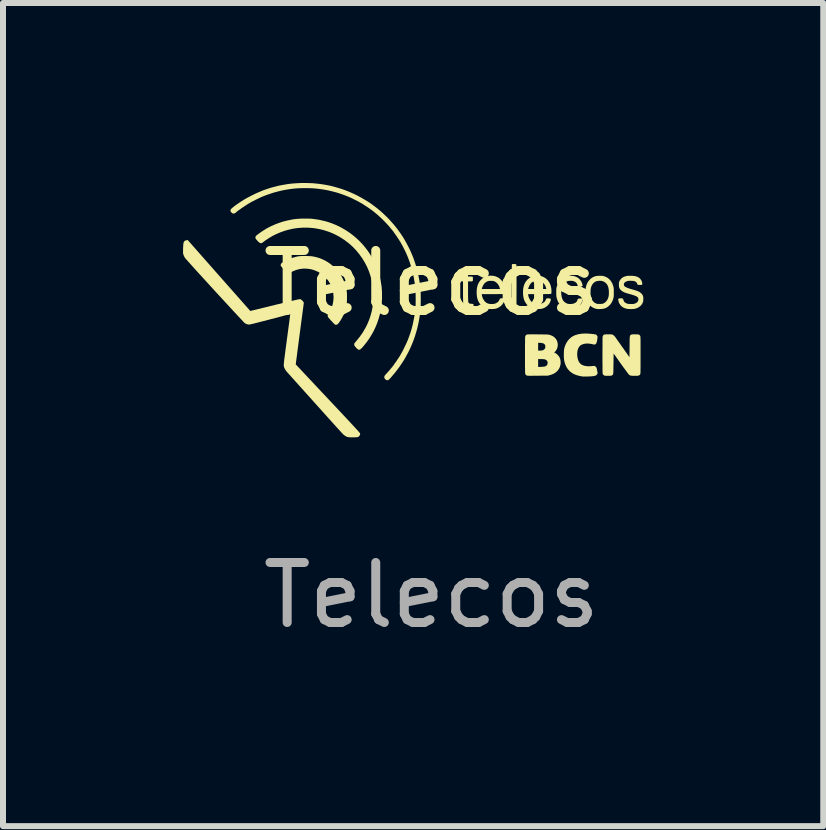
<source format=kicad_pcb>
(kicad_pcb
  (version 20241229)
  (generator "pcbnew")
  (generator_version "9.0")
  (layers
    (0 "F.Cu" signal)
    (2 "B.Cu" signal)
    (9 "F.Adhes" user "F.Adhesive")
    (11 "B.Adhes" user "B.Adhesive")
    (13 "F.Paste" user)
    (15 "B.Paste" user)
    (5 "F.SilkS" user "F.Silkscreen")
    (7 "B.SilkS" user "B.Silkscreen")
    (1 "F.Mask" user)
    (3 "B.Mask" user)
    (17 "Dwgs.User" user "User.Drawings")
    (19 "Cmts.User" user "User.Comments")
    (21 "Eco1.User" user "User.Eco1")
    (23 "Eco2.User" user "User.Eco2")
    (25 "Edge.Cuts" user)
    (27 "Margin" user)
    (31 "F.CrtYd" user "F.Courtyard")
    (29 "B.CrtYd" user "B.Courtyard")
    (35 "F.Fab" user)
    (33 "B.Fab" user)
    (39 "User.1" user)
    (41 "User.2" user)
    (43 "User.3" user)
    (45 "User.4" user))
  (footprint "Telecos"
    (layer "F.Cu")
    (at 4.141 2.17)
    (property "Reference" "Telecos" (at 0 -0.5 0) (unlocked yes) (layer "F.SilkS") (effects (font (size 1 1) (thickness 0.15))))
    (attr smd)
    (fp_poly (pts (xy 1.377 -0.82) (xy 1.383 -0.819) (xy 1.389 -0.819) (xy 1.394 -0.819) (xy 1.399 -0.818) (xy 1.404 -0.817) (xy 1.408 -0.816) (xy 1.411 -0.815) (xy 1.412 -0.814) (xy 1.413 -0.814) (xy 1.413 -0.813) (xy 1.413 -0.812) (xy 1.414 -0.811) (xy 1.414 -0.81) (xy 1.415 -0.808) (xy 1.415 -0.806) (xy 1.416 -0.8) (xy 1.416 -0.792) (xy 1.416 -0.781) (xy 1.417 -0.767) (xy 1.417 -0.75) (xy 1.417 -0.73) (xy 1.418 -0.705) (xy 1.418 -0.641) (xy 1.418 -0.557) (xy 1.418 -0.449) (xy 1.417 -0.166) (xy 1.416 -0.106) (xy 1.415 -0.092) (xy 1.414 -0.086) (xy 1.414 -0.086) (xy 1.413 -0.086) (xy 1.413 -0.086) (xy 1.412 -0.085) (xy 1.411 -0.085) (xy 1.41 -0.085) (xy 1.408 -0.084) (xy 1.407 -0.084) (xy 1.405 -0.083) (xy 1.402 -0.083) (xy 1.4 -0.083) (xy 1.397 -0.083) (xy 1.394 -0.083) (xy 1.391 -0.082) (xy 1.388 -0.082) (xy 1.385 -0.082) (xy 1.381 -0.082) (xy 1.378 -0.082) (xy 1.37 -0.082) (xy 1.364 -0.082) (xy 1.358 -0.083) (xy 1.353 -0.083) (xy 1.349 -0.084) (xy 1.347 -0.084) (xy 1.345 -0.085) (xy 1.344 -0.085) (xy 1.343 -0.085) (xy 1.342 -0.086) (xy 1.341 -0.086) (xy 1.341 -0.086) (xy 1.339 -0.119) (xy 1.338 -0.202) (xy 1.337 -0.451) (xy 1.338 -0.7) (xy 1.339 -0.782) (xy 1.341 -0.815) (xy 1.342 -0.816) (xy 1.343 -0.816) (xy 1.346 -0.817) (xy 1.35 -0.818) (xy 1.354 -0.819) (xy 1.359 -0.819) (xy 1.365 -0.819) (xy 1.371 -0.82)) (stroke (width 0) (type solid)) (fill yes) (layer "F.SilkS"))
    (fp_poly (pts (xy -3.541 -0.628) (xy -3.019 -0.037) (xy -2.987 -0.045) (xy -2.575 -0.146) (xy -2.358 -0.198) (xy -2.243 -0.225) (xy -2.214 -0.231) (xy -2.197 -0.234) (xy -2.188 -0.234) (xy -2.183 -0.232) (xy -2.179 -0.23) (xy -2.176 -0.229) (xy -2.173 -0.226) (xy -2.169 -0.224) (xy -2.166 -0.222) (xy -2.163 -0.219) (xy -2.159 -0.217) (xy -2.156 -0.214) (xy -2.153 -0.211) (xy -2.15 -0.208) (xy -2.148 -0.205) (xy -2.145 -0.202) (xy -2.142 -0.199) (xy -2.14 -0.196) (xy -2.138 -0.193) (xy -2.136 -0.19) (xy -2.127 -0.174) (xy -2.195 0.339) (xy -2.262 0.853) (xy -2.243 0.873) (xy -1.706 1.445) (xy -1.412 1.758) (xy -1.258 1.924) (xy -1.219 1.967) (xy -1.198 1.992) (xy -1.189 2.004) (xy -1.188 2.01) (xy -1.189 2.014) (xy -1.189 2.018) (xy -1.19 2.021) (xy -1.191 2.025) (xy -1.193 2.029) (xy -1.195 2.033) (xy -1.196 2.036) (xy -1.198 2.04) (xy -1.2 2.043) (xy -1.203 2.046) (xy -1.205 2.049) (xy -1.208 2.052) (xy -1.21 2.055) (xy -1.213 2.057) (xy -1.216 2.059) (xy -1.219 2.061) (xy -1.221 2.062) (xy -1.224 2.063) (xy -1.226 2.064) (xy -1.227 2.064) (xy -1.229 2.065) (xy -1.23 2.065) (xy -1.231 2.065) (xy -1.233 2.066) (xy -1.235 2.066) (xy -1.238 2.067) (xy -1.242 2.067) (xy -1.247 2.067) (xy -1.252 2.068) (xy -1.259 2.068) (xy -1.266 2.068) (xy -1.274 2.068) (xy -1.283 2.069) (xy -1.305 2.069) (xy -1.323 2.069) (xy -1.339 2.069) (xy -1.352 2.069) (xy -1.364 2.068) (xy -1.374 2.068) (xy -1.382 2.067) (xy -1.389 2.066) (xy -1.394 2.065) (xy -1.394 2.065) (xy -1.398 2.064) (xy -1.401 2.062) (xy -1.405 2.061) (xy -1.409 2.06) (xy -1.413 2.058) (xy -1.417 2.056) (xy -1.421 2.054) (xy -1.425 2.052) (xy -1.429 2.05) (xy -1.433 2.048) (xy -1.437 2.046) (xy -1.441 2.043) (xy -1.445 2.04) (xy -1.449 2.037) (xy -1.458 2.031) (xy -1.463 2.027) (xy -1.47 2.019) (xy -1.496 1.993) (xy -1.534 1.951) (xy -1.587 1.893) (xy -1.733 1.731) (xy -1.936 1.505) (xy -2.412 0.975) (xy -2.414 0.972) (xy -2.416 0.97) (xy -2.421 0.964) (xy -2.425 0.958) (xy -2.43 0.951) (xy -2.434 0.944) (xy -2.439 0.937) (xy -2.442 0.931) (xy -2.444 0.927) (xy -2.446 0.924) (xy -2.45 0.916) (xy -2.452 0.912) (xy -2.453 0.908) (xy -2.455 0.905) (xy -2.456 0.902) (xy -2.457 0.898) (xy -2.458 0.895) (xy -2.459 0.892) (xy -2.459 0.889) (xy -2.46 0.886) (xy -2.46 0.883) (xy -2.461 0.879) (xy -2.461 0.876) (xy -2.462 0.868) (xy -2.462 0.863) (xy -2.461 0.856) (xy -2.46 0.836) (xy -2.457 0.805) (xy -2.452 0.762) (xy -2.444 0.704) (xy -2.435 0.631) (xy -2.408 0.428) (xy -2.369 0.137) (xy -2.354 0.015) (xy -2.38 0.022) (xy -2.452 0.04) (xy -2.686 0.102) (xy -2.848 0.144) (xy -2.954 0.171) (xy -3.014 0.185) (xy -3.03 0.189) (xy -3.039 0.189) (xy -3.044 0.189) (xy -3.049 0.189) (xy -3.054 0.188) (xy -3.059 0.188) (xy -3.063 0.186) (xy -3.068 0.185) (xy -3.073 0.184) (xy -3.078 0.182) (xy -3.083 0.18) (xy -3.088 0.178) (xy -3.093 0.175) (xy -3.098 0.173) (xy -3.103 0.17) (xy -3.108 0.167) (xy -3.113 0.164) (xy -3.118 0.16) (xy -3.276 -0.009) (xy -3.609 -0.37) (xy -3.942 -0.735) (xy -4.102 -0.914) (xy -4.105 -0.918) (xy -4.108 -0.923) (xy -4.111 -0.928) (xy -4.114 -0.932) (xy -4.117 -0.937) (xy -4.12 -0.942) (xy -4.122 -0.947) (xy -4.125 -0.953) (xy -4.127 -0.958) (xy -4.129 -0.963) (xy -4.131 -0.968) (xy -4.133 -0.973) (xy -4.135 -0.978) (xy -4.136 -0.982) (xy -4.137 -0.987) (xy -4.138 -0.991) (xy -4.139 -0.994) (xy -4.139 -0.997) (xy -4.14 -1) (xy -4.14 -1.004) (xy -4.14 -1.009) (xy -4.14 -1.013) (xy -4.141 -1.024) (xy -4.14 -1.037) (xy -4.14 -1.052) (xy -4.14 -1.069) (xy -4.139 -1.089) (xy -4.137 -1.13) (xy -4.136 -1.144) (xy -4.135 -1.156) (xy -4.133 -1.165) (xy -4.132 -1.172) (xy -4.13 -1.178) (xy -4.128 -1.184) (xy -4.128 -1.185) (xy -4.127 -1.187) (xy -4.126 -1.189) (xy -4.125 -1.19) (xy -4.124 -1.192) (xy -4.123 -1.193) (xy -4.122 -1.195) (xy -4.121 -1.196) (xy -4.12 -1.198) (xy -4.118 -1.199) (xy -4.117 -1.2) (xy -4.116 -1.201) (xy -4.114 -1.203) (xy -4.113 -1.204) (xy -4.112 -1.205) (xy -4.11 -1.206) (xy -4.109 -1.207) (xy -4.107 -1.208) (xy -4.105 -1.209) (xy -4.104 -1.21) (xy -4.102 -1.21) (xy -4.1 -1.211) (xy -4.098 -1.212) (xy -4.097 -1.213) (xy -4.093 -1.214) (xy -4.089 -1.215) (xy -4.084 -1.216) (xy -4.08 -1.216) (xy -4.062 -1.219)) (stroke (width 0) (type solid)) (fill yes) (layer "F.SilkS"))
    (fp_poly (pts (xy 3.414 0.352) (xy 3.423 0.352) (xy 3.431 0.353) (xy 3.438 0.353) (xy 3.444 0.354) (xy 3.449 0.355) (xy 3.454 0.356) (xy 3.458 0.358) (xy 3.462 0.359) (xy 3.465 0.361) (xy 3.468 0.364) (xy 3.471 0.367) (xy 3.473 0.37) (xy 3.476 0.373) (xy 3.478 0.377) (xy 3.479 0.378) (xy 3.48 0.38) (xy 3.48 0.381) (xy 3.481 0.382) (xy 3.481 0.384) (xy 3.482 0.385) (xy 3.482 0.387) (xy 3.482 0.39) (xy 3.483 0.393) (xy 3.483 0.396) (xy 3.483 0.4) (xy 3.484 0.404) (xy 3.484 0.409) (xy 3.484 0.415) (xy 3.484 0.421) (xy 3.484 0.429) (xy 3.485 0.446) (xy 3.485 0.467) (xy 3.485 0.492) (xy 3.485 0.522) (xy 3.485 0.557) (xy 3.485 0.598) (xy 3.485 0.698) (xy 3.485 0.873) (xy 3.484 0.967) (xy 3.484 0.991) (xy 3.482 1.005) (xy 3.481 1.013) (xy 3.478 1.018) (xy 3.476 1.022) (xy 3.474 1.024) (xy 3.473 1.025) (xy 3.472 1.027) (xy 3.471 1.029) (xy 3.469 1.03) (xy 3.468 1.031) (xy 3.466 1.033) (xy 3.465 1.034) (xy 3.463 1.035) (xy 3.461 1.036) (xy 3.459 1.037) (xy 3.457 1.038) (xy 3.455 1.038) (xy 3.453 1.039) (xy 3.451 1.04) (xy 3.448 1.04) (xy 3.445 1.041) (xy 3.442 1.041) (xy 3.439 1.042) (xy 3.436 1.042) (xy 3.432 1.042) (xy 3.428 1.043) (xy 3.42 1.043) (xy 3.41 1.043) (xy 3.399 1.043) (xy 3.387 1.043) (xy 3.365 1.043) (xy 3.347 1.043) (xy 3.34 1.042) (xy 3.333 1.042) (xy 3.327 1.041) (xy 3.322 1.04) (xy 3.317 1.039) (xy 3.313 1.037) (xy 3.309 1.036) (xy 3.305 1.034) (xy 3.302 1.031) (xy 3.298 1.029) (xy 3.294 1.026) (xy 3.29 1.022) (xy 3.288 1.02) (xy 3.285 1.016) (xy 3.276 1.004) (xy 3.262 0.987) (xy 3.246 0.964) (xy 3.204 0.908) (xy 3.156 0.841) (xy 3.036 0.671) (xy 3.034 0.841) (xy 3.032 0.948) (xy 3.031 0.981) (xy 3.031 0.993) (xy 3.029 1.003) (xy 3.028 1.011) (xy 3.027 1.017) (xy 3.025 1.022) (xy 3.022 1.026) (xy 3.019 1.029) (xy 3.016 1.031) (xy 3.008 1.036) (xy 3.006 1.037) (xy 3.004 1.038) (xy 3.002 1.039) (xy 3.001 1.04) (xy 3 1.04) (xy 2.999 1.04) (xy 2.998 1.041) (xy 2.997 1.041) (xy 2.995 1.041) (xy 2.993 1.042) (xy 2.989 1.042) (xy 2.986 1.042) (xy 2.981 1.043) (xy 2.977 1.043) (xy 2.971 1.043) (xy 2.965 1.043) (xy 2.958 1.043) (xy 2.942 1.043) (xy 2.926 1.043) (xy 2.913 1.043) (xy 2.903 1.043) (xy 2.895 1.042) (xy 2.891 1.042) (xy 2.889 1.041) (xy 2.886 1.041) (xy 2.884 1.04) (xy 2.882 1.039) (xy 2.88 1.038) (xy 2.876 1.036) (xy 2.876 1.036) (xy 2.875 1.035) (xy 2.873 1.035) (xy 2.872 1.034) (xy 2.871 1.033) (xy 2.87 1.032) (xy 2.868 1.03) (xy 2.867 1.029) (xy 2.866 1.028) (xy 2.864 1.027) (xy 2.863 1.025) (xy 2.862 1.024) (xy 2.861 1.023) (xy 2.86 1.021) (xy 2.859 1.02) (xy 2.858 1.019) (xy 2.857 1.018) (xy 2.857 1.017) (xy 2.856 1.016) (xy 2.856 1.014) (xy 2.855 1.013) (xy 2.855 1.012) (xy 2.854 1.01) (xy 2.854 1.008) (xy 2.853 1.005) (xy 2.853 1.003) (xy 2.853 0.999) (xy 2.852 0.995) (xy 2.852 0.991) (xy 2.852 0.986) (xy 2.852 0.98) (xy 2.852 0.974) (xy 2.851 0.967) (xy 2.851 0.95) (xy 2.851 0.929) (xy 2.851 0.903) (xy 2.851 0.873) (xy 2.85 0.838) (xy 2.85 0.798) (xy 2.85 0.698) (xy 2.851 0.522) (xy 2.851 0.429) (xy 2.852 0.404) (xy 2.853 0.39) (xy 2.855 0.382) (xy 2.857 0.377) (xy 2.86 0.373) (xy 2.861 0.371) (xy 2.863 0.37) (xy 2.864 0.368) (xy 2.865 0.367) (xy 2.867 0.365) (xy 2.868 0.364) (xy 2.869 0.362) (xy 2.871 0.361) (xy 2.873 0.36) (xy 2.874 0.359) (xy 2.876 0.358) (xy 2.878 0.357) (xy 2.88 0.357) (xy 2.883 0.356) (xy 2.885 0.355) (xy 2.887 0.355) (xy 2.89 0.354) (xy 2.893 0.354) (xy 2.896 0.354) (xy 2.9 0.353) (xy 2.903 0.353) (xy 2.907 0.353) (xy 2.915 0.352) (xy 2.925 0.352) (xy 2.935 0.352) (xy 2.947 0.352) (xy 2.967 0.352) (xy 2.982 0.352) (xy 2.994 0.352) (xy 2.998 0.353) (xy 3.002 0.353) (xy 3.006 0.354) (xy 3.009 0.354) (xy 3.011 0.355) (xy 3.014 0.356) (xy 3.017 0.357) (xy 3.019 0.359) (xy 3.025 0.362) (xy 3.027 0.363) (xy 3.029 0.365) (xy 3.033 0.367) (xy 3.037 0.37) (xy 3.041 0.373) (xy 3.044 0.375) (xy 3.047 0.378) (xy 3.049 0.379) (xy 3.05 0.381) (xy 3.051 0.382) (xy 3.052 0.383) (xy 3.065 0.4) (xy 3.093 0.44) (xy 3.18 0.563) (xy 3.3 0.733) (xy 3.302 0.559) (xy 3.303 0.448) (xy 3.304 0.415) (xy 3.305 0.402) (xy 3.306 0.392) (xy 3.308 0.384) (xy 3.309 0.378) (xy 3.311 0.373) (xy 3.313 0.369) (xy 3.316 0.366) (xy 3.32 0.364) (xy 3.328 0.359) (xy 3.33 0.358) (xy 3.331 0.357) (xy 3.333 0.356) (xy 3.334 0.356) (xy 3.335 0.355) (xy 3.337 0.355) (xy 3.338 0.354) (xy 3.339 0.354) (xy 3.34 0.354) (xy 3.343 0.353) (xy 3.346 0.353) (xy 3.35 0.353) (xy 3.354 0.352) (xy 3.359 0.352) (xy 3.364 0.352) (xy 3.371 0.352) (xy 3.377 0.352) (xy 3.394 0.352)) (stroke (width 0) (type solid)) (fill yes) (layer "F.SilkS"))
    (fp_poly (pts (xy 0.567 -0.742) (xy 0.573 -0.742) (xy 0.58 -0.741) (xy 0.586 -0.741) (xy 0.591 -0.74) (xy 0.596 -0.739) (xy 0.6 -0.739) (xy 0.603 -0.737) (xy 0.604 -0.737) (xy 0.605 -0.736) (xy 0.605 -0.736) (xy 0.606 -0.735) (xy 0.606 -0.735) (xy 0.606 -0.734) (xy 0.607 -0.733) (xy 0.607 -0.733) (xy 0.607 -0.732) (xy 0.607 -0.731) (xy 0.608 -0.73) (xy 0.608 -0.729) (xy 0.608 -0.728) (xy 0.608 -0.727) (xy 0.609 -0.724) (xy 0.609 -0.72) (xy 0.609 -0.717) (xy 0.61 -0.712) (xy 0.61 -0.707) (xy 0.61 -0.701) (xy 0.61 -0.695) (xy 0.61 -0.688) (xy 0.61 -0.671) (xy 0.61 -0.611) (xy 0.647 -0.611) (xy 0.655 -0.611) (xy 0.662 -0.611) (xy 0.669 -0.611) (xy 0.675 -0.61) (xy 0.679 -0.61) (xy 0.681 -0.609) (xy 0.683 -0.609) (xy 0.684 -0.608) (xy 0.686 -0.608) (xy 0.686 -0.607) (xy 0.687 -0.607) (xy 0.687 -0.607) (xy 0.688 -0.606) (xy 0.688 -0.606) (xy 0.688 -0.606) (xy 0.689 -0.604) (xy 0.689 -0.603) (xy 0.689 -0.602) (xy 0.69 -0.6) (xy 0.69 -0.598) (xy 0.69 -0.596) (xy 0.69 -0.593) (xy 0.691 -0.591) (xy 0.691 -0.588) (xy 0.691 -0.585) (xy 0.691 -0.582) (xy 0.691 -0.579) (xy 0.691 -0.576) (xy 0.691 -0.572) (xy 0.691 -0.565) (xy 0.691 -0.558) (xy 0.691 -0.553) (xy 0.691 -0.548) (xy 0.69 -0.546) (xy 0.69 -0.544) (xy 0.689 -0.542) (xy 0.689 -0.541) (xy 0.688 -0.539) (xy 0.687 -0.538) (xy 0.686 -0.537) (xy 0.685 -0.536) (xy 0.684 -0.535) (xy 0.683 -0.534) (xy 0.681 -0.533) (xy 0.68 -0.533) (xy 0.678 -0.532) (xy 0.676 -0.532) (xy 0.674 -0.531) (xy 0.672 -0.531) (xy 0.666 -0.53) (xy 0.66 -0.53) (xy 0.653 -0.53) (xy 0.645 -0.53) (xy 0.61 -0.53) (xy 0.61 -0.368) (xy 0.61 -0.296) (xy 0.611 -0.243) (xy 0.612 -0.207) (xy 0.613 -0.196) (xy 0.614 -0.19) (xy 0.615 -0.185) (xy 0.617 -0.181) (xy 0.617 -0.18) (xy 0.618 -0.178) (xy 0.619 -0.176) (xy 0.62 -0.175) (xy 0.62 -0.173) (xy 0.621 -0.172) (xy 0.622 -0.17) (xy 0.623 -0.169) (xy 0.625 -0.168) (xy 0.626 -0.167) (xy 0.627 -0.166) (xy 0.628 -0.165) (xy 0.63 -0.164) (xy 0.631 -0.163) (xy 0.633 -0.163) (xy 0.634 -0.162) (xy 0.636 -0.161) (xy 0.638 -0.161) (xy 0.64 -0.16) (xy 0.642 -0.16) (xy 0.644 -0.159) (xy 0.647 -0.159) (xy 0.652 -0.158) (xy 0.658 -0.158) (xy 0.664 -0.157) (xy 0.67 -0.157) (xy 0.675 -0.156) (xy 0.681 -0.155) (xy 0.686 -0.155) (xy 0.69 -0.154) (xy 0.694 -0.153) (xy 0.695 -0.153) (xy 0.696 -0.152) (xy 0.697 -0.152) (xy 0.698 -0.152) (xy 0.698 -0.151) (xy 0.699 -0.15) (xy 0.699 -0.147) (xy 0.7 -0.144) (xy 0.701 -0.139) (xy 0.701 -0.134) (xy 0.702 -0.128) (xy 0.702 -0.122) (xy 0.702 -0.116) (xy 0.702 -0.11) (xy 0.702 -0.104) (xy 0.701 -0.098) (xy 0.701 -0.092) (xy 0.7 -0.088) (xy 0.7 -0.084) (xy 0.699 -0.081) (xy 0.698 -0.08) (xy 0.698 -0.079) (xy 0.697 -0.079) (xy 0.696 -0.078) (xy 0.692 -0.077) (xy 0.687 -0.076) (xy 0.681 -0.076) (xy 0.674 -0.075) (xy 0.666 -0.075) (xy 0.649 -0.075) (xy 0.631 -0.076) (xy 0.614 -0.077) (xy 0.607 -0.078) (xy 0.6 -0.078) (xy 0.595 -0.079) (xy 0.591 -0.081) (xy 0.591 -0.081) (xy 0.588 -0.082) (xy 0.585 -0.083) (xy 0.582 -0.084) (xy 0.579 -0.086) (xy 0.576 -0.088) (xy 0.573 -0.089) (xy 0.57 -0.091) (xy 0.568 -0.093) (xy 0.565 -0.095) (xy 0.563 -0.097) (xy 0.561 -0.099) (xy 0.558 -0.102) (xy 0.556 -0.104) (xy 0.554 -0.107) (xy 0.552 -0.109) (xy 0.55 -0.112) (xy 0.548 -0.115) (xy 0.546 -0.118) (xy 0.544 -0.121) (xy 0.543 -0.124) (xy 0.541 -0.127) (xy 0.54 -0.131) (xy 0.538 -0.134) (xy 0.537 -0.137) (xy 0.534 -0.145) (xy 0.532 -0.152) (xy 0.531 -0.16) (xy 0.529 -0.168) (xy 0.529 -0.177) (xy 0.528 -0.191) (xy 0.527 -0.235) (xy 0.526 -0.294) (xy 0.526 -0.362) (xy 0.526 -0.53) (xy 0.499 -0.53) (xy 0.493 -0.53) (xy 0.488 -0.53) (xy 0.483 -0.531) (xy 0.481 -0.531) (xy 0.479 -0.531) (xy 0.477 -0.531) (xy 0.475 -0.532) (xy 0.474 -0.532) (xy 0.472 -0.533) (xy 0.471 -0.534) (xy 0.47 -0.534) (xy 0.468 -0.535) (xy 0.467 -0.536) (xy 0.467 -0.537) (xy 0.466 -0.538) (xy 0.465 -0.54) (xy 0.465 -0.541) (xy 0.464 -0.543) (xy 0.464 -0.545) (xy 0.463 -0.547) (xy 0.463 -0.549) (xy 0.462 -0.553) (xy 0.462 -0.559) (xy 0.462 -0.565) (xy 0.462 -0.572) (xy 0.462 -0.579) (xy 0.462 -0.585) (xy 0.463 -0.591) (xy 0.463 -0.596) (xy 0.464 -0.6) (xy 0.464 -0.602) (xy 0.465 -0.603) (xy 0.465 -0.604) (xy 0.465 -0.606) (xy 0.466 -0.606) (xy 0.466 -0.607) (xy 0.467 -0.607) (xy 0.467 -0.607) (xy 0.467 -0.608) (xy 0.468 -0.608) (xy 0.469 -0.608) (xy 0.47 -0.609) (xy 0.471 -0.609) (xy 0.473 -0.609) (xy 0.475 -0.61) (xy 0.477 -0.61) (xy 0.479 -0.61) (xy 0.481 -0.611) (xy 0.484 -0.611) (xy 0.486 -0.611) (xy 0.489 -0.611) (xy 0.492 -0.611) (xy 0.495 -0.611) (xy 0.498 -0.611) (xy 0.526 -0.611) (xy 0.526 -0.672) (xy 0.526 -0.687) (xy 0.526 -0.7) (xy 0.526 -0.711) (xy 0.527 -0.72) (xy 0.527 -0.727) (xy 0.528 -0.732) (xy 0.528 -0.734) (xy 0.529 -0.736) (xy 0.529 -0.737) (xy 0.53 -0.738) (xy 0.531 -0.738) (xy 0.532 -0.739) (xy 0.535 -0.74) (xy 0.539 -0.74) (xy 0.543 -0.741) (xy 0.549 -0.742) (xy 0.555 -0.742) (xy 0.561 -0.742)) (stroke (width 0) (type solid)) (fill yes) (layer "F.SilkS"))
    (fp_poly (pts (xy 2.585 0.339) (xy 2.603 0.34) (xy 2.622 0.341) (xy 2.648 0.343) (xy 2.674 0.345) (xy 2.696 0.348) (xy 2.712 0.35) (xy 2.721 0.351) (xy 2.725 0.352) (xy 2.729 0.352) (xy 2.732 0.353) (xy 2.735 0.354) (xy 2.737 0.355) (xy 2.739 0.355) (xy 2.741 0.356) (xy 2.743 0.357) (xy 2.745 0.359) (xy 2.747 0.36) (xy 2.748 0.361) (xy 2.75 0.363) (xy 2.752 0.365) (xy 2.754 0.367) (xy 2.755 0.368) (xy 2.756 0.37) (xy 2.757 0.371) (xy 2.758 0.373) (xy 2.76 0.374) (xy 2.761 0.376) (xy 2.762 0.377) (xy 2.763 0.379) (xy 2.764 0.38) (xy 2.764 0.382) (xy 2.765 0.383) (xy 2.766 0.384) (xy 2.767 0.386) (xy 2.767 0.387) (xy 2.767 0.388) (xy 2.768 0.389) (xy 2.768 0.39) (xy 2.768 0.392) (xy 2.768 0.394) (xy 2.768 0.396) (xy 2.768 0.402) (xy 2.767 0.41) (xy 2.766 0.418) (xy 2.765 0.427) (xy 2.764 0.436) (xy 2.762 0.446) (xy 2.759 0.464) (xy 2.757 0.471) (xy 2.756 0.478) (xy 2.754 0.484) (xy 2.752 0.489) (xy 2.751 0.494) (xy 2.749 0.498) (xy 2.747 0.502) (xy 2.745 0.505) (xy 2.742 0.508) (xy 2.74 0.511) (xy 2.737 0.513) (xy 2.734 0.515) (xy 2.73 0.518) (xy 2.726 0.52) (xy 2.725 0.52) (xy 2.723 0.521) (xy 2.722 0.522) (xy 2.721 0.522) (xy 2.72 0.522) (xy 2.719 0.522) (xy 2.719 0.523) (xy 2.718 0.523) (xy 2.717 0.523) (xy 2.716 0.523) (xy 2.715 0.523) (xy 2.714 0.523) (xy 2.713 0.523) (xy 2.712 0.523) (xy 2.711 0.523) (xy 2.709 0.522) (xy 2.707 0.522) (xy 2.704 0.521) (xy 2.701 0.521) (xy 2.697 0.52) (xy 2.693 0.519) (xy 2.688 0.518) (xy 2.669 0.513) (xy 2.65 0.51) (xy 2.632 0.508) (xy 2.614 0.506) (xy 2.597 0.506) (xy 2.58 0.506) (xy 2.564 0.508) (xy 2.549 0.51) (xy 2.534 0.514) (xy 2.521 0.518) (xy 2.508 0.523) (xy 2.496 0.529) (xy 2.485 0.536) (xy 2.476 0.544) (xy 2.467 0.553) (xy 2.46 0.562) (xy 2.456 0.57) (xy 2.451 0.577) (xy 2.448 0.585) (xy 2.444 0.593) (xy 2.439 0.61) (xy 2.434 0.628) (xy 2.431 0.647) (xy 2.43 0.667) (xy 2.429 0.686) (xy 2.43 0.706) (xy 2.432 0.726) (xy 2.435 0.745) (xy 2.44 0.764) (xy 2.445 0.781) (xy 2.452 0.798) (xy 2.46 0.813) (xy 2.465 0.82) (xy 2.469 0.827) (xy 2.474 0.833) (xy 2.48 0.839) (xy 2.483 0.842) (xy 2.487 0.846) (xy 2.491 0.849) (xy 2.495 0.852) (xy 2.504 0.858) (xy 2.514 0.863) (xy 2.524 0.867) (xy 2.535 0.872) (xy 2.546 0.875) (xy 2.559 0.878) (xy 2.572 0.88) (xy 2.585 0.882) (xy 2.599 0.884) (xy 2.614 0.884) (xy 2.629 0.884) (xy 2.645 0.884) (xy 2.662 0.883) (xy 2.679 0.881) (xy 2.691 0.88) (xy 2.701 0.879) (xy 2.705 0.879) (xy 2.708 0.879) (xy 2.711 0.879) (xy 2.714 0.879) (xy 2.716 0.879) (xy 2.718 0.879) (xy 2.72 0.88) (xy 2.722 0.881) (xy 2.723 0.882) (xy 2.725 0.883) (xy 2.729 0.885) (xy 2.733 0.888) (xy 2.736 0.891) (xy 2.738 0.892) (xy 2.739 0.893) (xy 2.741 0.895) (xy 2.742 0.896) (xy 2.743 0.897) (xy 2.744 0.899) (xy 2.745 0.9) (xy 2.747 0.902) (xy 2.748 0.903) (xy 2.749 0.905) (xy 2.749 0.907) (xy 2.75 0.909) (xy 2.751 0.911) (xy 2.752 0.913) (xy 2.753 0.915) (xy 2.754 0.917) (xy 2.754 0.919) (xy 2.755 0.922) (xy 2.756 0.928) (xy 2.758 0.934) (xy 2.759 0.941) (xy 2.76 0.949) (xy 2.762 0.958) (xy 2.77 1.004) (xy 2.761 1.016) (xy 2.759 1.02) (xy 2.756 1.024) (xy 2.755 1.026) (xy 2.753 1.027) (xy 2.752 1.029) (xy 2.751 1.03) (xy 2.749 1.031) (xy 2.748 1.032) (xy 2.747 1.034) (xy 2.745 1.035) (xy 2.744 1.036) (xy 2.742 1.037) (xy 2.741 1.038) (xy 2.739 1.038) (xy 2.737 1.039) (xy 2.735 1.04) (xy 2.733 1.041) (xy 2.731 1.042) (xy 2.729 1.042) (xy 2.727 1.043) (xy 2.724 1.044) (xy 2.721 1.044) (xy 2.716 1.045) (xy 2.71 1.046) (xy 2.703 1.048) (xy 2.695 1.049) (xy 2.677 1.051) (xy 2.655 1.053) (xy 2.63 1.054) (xy 2.604 1.055) (xy 2.578 1.056) (xy 2.555 1.056) (xy 2.536 1.056) (xy 2.524 1.055) (xy 2.506 1.053) (xy 2.489 1.05) (xy 2.472 1.046) (xy 2.457 1.043) (xy 2.442 1.039) (xy 2.428 1.035) (xy 2.414 1.031) (xy 2.402 1.026) (xy 2.389 1.021) (xy 2.377 1.016) (xy 2.366 1.01) (xy 2.355 1.004) (xy 2.344 0.997) (xy 2.334 0.99) (xy 2.323 0.982) (xy 2.313 0.974) (xy 2.304 0.966) (xy 2.295 0.957) (xy 2.287 0.948) (xy 2.279 0.939) (xy 2.271 0.929) (xy 2.264 0.919) (xy 2.257 0.909) (xy 2.251 0.898) (xy 2.245 0.886) (xy 2.239 0.874) (xy 2.234 0.862) (xy 2.229 0.849) (xy 2.225 0.836) (xy 2.22 0.822) (xy 2.217 0.807) (xy 2.213 0.792) (xy 2.211 0.783) (xy 2.21 0.772) (xy 2.209 0.76) (xy 2.208 0.746) (xy 2.206 0.717) (xy 2.206 0.687) (xy 2.207 0.656) (xy 2.208 0.628) (xy 2.209 0.615) (xy 2.211 0.604) (xy 2.212 0.593) (xy 2.214 0.585) (xy 2.219 0.567) (xy 2.225 0.55) (xy 2.231 0.533) (xy 2.238 0.517) (xy 2.246 0.502) (xy 2.254 0.487) (xy 2.263 0.473) (xy 2.273 0.459) (xy 2.283 0.446) (xy 2.294 0.434) (xy 2.305 0.423) (xy 2.317 0.412) (xy 2.329 0.402) (xy 2.342 0.393) (xy 2.355 0.385) (xy 2.369 0.378) (xy 2.381 0.372) (xy 2.394 0.367) (xy 2.408 0.362) (xy 2.422 0.358) (xy 2.436 0.354) (xy 2.451 0.35) (xy 2.466 0.347) (xy 2.482 0.345) (xy 2.498 0.342) (xy 2.515 0.341) (xy 2.531 0.34) (xy 2.549 0.339) (xy 2.567 0.339)) (stroke (width 0) (type solid)) (fill yes) (layer "F.SilkS"))
    (fp_poly (pts (xy -2.065 -1.577) (xy -2.033 -1.576) (xy -2.007 -1.575) (xy -1.971 -1.571) (xy -1.935 -1.566) (xy -1.899 -1.561) (xy -1.864 -1.555) (xy -1.83 -1.547) (xy -1.795 -1.539) (xy -1.762 -1.531) (xy -1.728 -1.521) (xy -1.695 -1.51) (xy -1.663 -1.499) (xy -1.631 -1.486) (xy -1.599 -1.473) (xy -1.567 -1.459) (xy -1.536 -1.444) (xy -1.505 -1.428) (xy -1.475 -1.411) (xy -1.426 -1.382) (xy -1.379 -1.351) (xy -1.333 -1.318) (xy -1.289 -1.283) (xy -1.246 -1.246) (xy -1.206 -1.208) (xy -1.167 -1.168) (xy -1.13 -1.127) (xy -1.095 -1.083) (xy -1.061 -1.039) (xy -1.03 -0.993) (xy -1.001 -0.945) (xy -0.973 -0.896) (xy -0.948 -0.846) (xy -0.925 -0.794) (xy -0.904 -0.742) (xy -0.891 -0.706) (xy -0.879 -0.669) (xy -0.869 -0.631) (xy -0.859 -0.593) (xy -0.85 -0.554) (xy -0.842 -0.514) (xy -0.836 -0.475) (xy -0.83 -0.435) (xy -0.828 -0.405) (xy -0.825 -0.37) (xy -0.824 -0.331) (xy -0.824 -0.29) (xy -0.824 -0.249) (xy -0.826 -0.211) (xy -0.828 -0.175) (xy -0.83 -0.146) (xy -0.837 -0.096) (xy -0.846 -0.046) (xy -0.856 0.002) (xy -0.868 0.05) (xy -0.882 0.097) (xy -0.897 0.143) (xy -0.914 0.188) (xy -0.933 0.233) (xy -0.953 0.276) (xy -0.975 0.319) (xy -0.999 0.361) (xy -1.024 0.402) (xy -1.051 0.443) (xy -1.079 0.482) (xy -1.11 0.521) (xy -1.141 0.559) (xy -1.149 0.568) (xy -1.157 0.576) (xy -1.163 0.583) (xy -1.17 0.589) (xy -1.176 0.594) (xy -1.181 0.599) (xy -1.184 0.601) (xy -1.186 0.603) (xy -1.189 0.604) (xy -1.191 0.605) (xy -1.193 0.607) (xy -1.196 0.607) (xy -1.198 0.608) (xy -1.2 0.609) (xy -1.202 0.609) (xy -1.205 0.609) (xy -1.207 0.609) (xy -1.209 0.609) (xy -1.211 0.609) (xy -1.213 0.609) (xy -1.215 0.608) (xy -1.217 0.607) (xy -1.22 0.606) (xy -1.222 0.605) (xy -1.226 0.603) (xy -1.229 0.601) (xy -1.232 0.599) (xy -1.235 0.596) (xy -1.239 0.592) (xy -1.243 0.588) (xy -1.247 0.584) (xy -1.256 0.574) (xy -1.265 0.565) (xy -1.269 0.56) (xy -1.273 0.556) (xy -1.276 0.551) (xy -1.279 0.547) (xy -1.281 0.544) (xy -1.283 0.541) (xy -1.284 0.54) (xy -1.284 0.539) (xy -1.284 0.538) (xy -1.285 0.537) (xy -1.285 0.536) (xy -1.286 0.535) (xy -1.286 0.534) (xy -1.286 0.532) (xy -1.286 0.531) (xy -1.287 0.529) (xy -1.287 0.528) (xy -1.287 0.527) (xy -1.287 0.525) (xy -1.287 0.524) (xy -1.287 0.522) (xy -1.287 0.521) (xy -1.287 0.518) (xy -1.287 0.516) (xy -1.287 0.514) (xy -1.287 0.513) (xy -1.287 0.512) (xy -1.286 0.51) (xy -1.286 0.509) (xy -1.286 0.508) (xy -1.285 0.507) (xy -1.285 0.505) (xy -1.284 0.504) (xy -1.283 0.502) (xy -1.282 0.501) (xy -1.282 0.5) (xy -1.281 0.498) (xy -1.279 0.496) (xy -1.277 0.493) (xy -1.274 0.489) (xy -1.27 0.484) (xy -1.266 0.479) (xy -1.261 0.474) (xy -1.25 0.461) (xy -1.224 0.429) (xy -1.199 0.398) (xy -1.175 0.365) (xy -1.152 0.332) (xy -1.131 0.298) (xy -1.111 0.264) (xy -1.092 0.229) (xy -1.074 0.194) (xy -1.058 0.157) (xy -1.043 0.121) (xy -1.029 0.084) (xy -1.017 0.046) (xy -1.006 0.008) (xy -0.996 -0.031) (xy -0.988 -0.07) (xy -0.981 -0.11) (xy -0.971 -0.196) (xy -0.967 -0.282) (xy -0.969 -0.366) (xy -0.978 -0.45) (xy -0.993 -0.533) (xy -1.014 -0.613) (xy -1.04 -0.692) (xy -1.072 -0.769) (xy -1.11 -0.843) (xy -1.153 -0.914) (xy -1.202 -0.982) (xy -1.255 -1.047) (xy -1.313 -1.108) (xy -1.376 -1.164) (xy -1.444 -1.216) (xy -1.516 -1.263) (xy -1.56 -1.288) (xy -1.604 -1.311) (xy -1.649 -1.332) (xy -1.695 -1.351) (xy -1.742 -1.367) (xy -1.789 -1.382) (xy -1.837 -1.395) (xy -1.886 -1.405) (xy -1.935 -1.414) (xy -1.984 -1.42) (xy -2.033 -1.424) (xy -2.083 -1.426) (xy -2.133 -1.426) (xy -2.183 -1.423) (xy -2.233 -1.419) (xy -2.283 -1.412) (xy -2.317 -1.406) (xy -2.352 -1.398) (xy -2.387 -1.39) (xy -2.422 -1.38) (xy -2.456 -1.37) (xy -2.49 -1.358) (xy -2.524 -1.345) (xy -2.557 -1.331) (xy -2.589 -1.317) (xy -2.622 -1.301) (xy -2.653 -1.285) (xy -2.683 -1.267) (xy -2.713 -1.249) (xy -2.742 -1.23) (xy -2.77 -1.211) (xy -2.797 -1.19) (xy -2.801 -1.187) (xy -2.805 -1.184) (xy -2.81 -1.181) (xy -2.814 -1.178) (xy -2.818 -1.175) (xy -2.822 -1.173) (xy -2.826 -1.171) (xy -2.827 -1.17) (xy -2.828 -1.17) (xy -2.83 -1.169) (xy -2.832 -1.168) (xy -2.834 -1.168) (xy -2.836 -1.167) (xy -2.838 -1.167) (xy -2.84 -1.167) (xy -2.841 -1.167) (xy -2.843 -1.167) (xy -2.845 -1.167) (xy -2.847 -1.167) (xy -2.849 -1.168) (xy -2.851 -1.168) (xy -2.853 -1.169) (xy -2.855 -1.169) (xy -2.857 -1.17) (xy -2.859 -1.171) (xy -2.861 -1.172) (xy -2.863 -1.173) (xy -2.865 -1.175) (xy -2.867 -1.176) (xy -2.87 -1.178) (xy -2.872 -1.18) (xy -2.877 -1.184) (xy -2.882 -1.188) (xy -2.887 -1.193) (xy -2.893 -1.199) (xy -2.898 -1.205) (xy -2.904 -1.211) (xy -2.909 -1.217) (xy -2.914 -1.222) (xy -2.918 -1.227) (xy -2.921 -1.231) (xy -2.924 -1.235) (xy -2.927 -1.239) (xy -2.929 -1.243) (xy -2.931 -1.246) (xy -2.932 -1.25) (xy -2.933 -1.253) (xy -2.934 -1.256) (xy -2.934 -1.259) (xy -2.935 -1.262) (xy -2.934 -1.265) (xy -2.934 -1.268) (xy -2.933 -1.271) (xy -2.932 -1.273) (xy -2.932 -1.275) (xy -2.932 -1.276) (xy -2.931 -1.277) (xy -2.93 -1.278) (xy -2.93 -1.28) (xy -2.929 -1.281) (xy -2.928 -1.282) (xy -2.928 -1.283) (xy -2.927 -1.285) (xy -2.926 -1.286) (xy -2.925 -1.287) (xy -2.924 -1.288) (xy -2.922 -1.29) (xy -2.921 -1.291) (xy -2.918 -1.294) (xy -2.914 -1.297) (xy -2.911 -1.301) (xy -2.906 -1.304) (xy -2.901 -1.308) (xy -2.895 -1.313) (xy -2.889 -1.317) (xy -2.855 -1.342) (xy -2.821 -1.366) (xy -2.786 -1.388) (xy -2.75 -1.41) (xy -2.713 -1.43) (xy -2.676 -1.449) (xy -2.637 -1.466) (xy -2.599 -1.483) (xy -2.559 -1.498) (xy -2.519 -1.512) (xy -2.479 -1.525) (xy -2.438 -1.536) (xy -2.396 -1.546) (xy -2.354 -1.555) (xy -2.312 -1.563) (xy -2.268 -1.569) (xy -2.243 -1.572) (xy -2.211 -1.574) (xy -2.175 -1.576) (xy -2.138 -1.577) (xy -2.1 -1.577)) (stroke (width 0) (type solid)) (fill yes) (layer "F.SilkS"))
    (fp_poly (pts (xy 2.822 -0.623) (xy 2.834 -0.623) (xy 2.844 -0.622) (xy 2.849 -0.622) (xy 2.853 -0.622) (xy 2.857 -0.621) (xy 2.86 -0.62) (xy 2.864 -0.619) (xy 2.868 -0.618) (xy 2.876 -0.616) (xy 2.886 -0.613) (xy 2.899 -0.608) (xy 2.912 -0.602) (xy 2.924 -0.596) (xy 2.935 -0.589) (xy 2.946 -0.581) (xy 2.956 -0.573) (xy 2.966 -0.564) (xy 2.975 -0.555) (xy 2.983 -0.545) (xy 2.992 -0.534) (xy 2.999 -0.522) (xy 3.006 -0.51) (xy 3.013 -0.497) (xy 3.019 -0.484) (xy 3.024 -0.469) (xy 3.029 -0.454) (xy 3.032 -0.444) (xy 3.033 -0.439) (xy 3.035 -0.435) (xy 3.035 -0.43) (xy 3.036 -0.426) (xy 3.037 -0.421) (xy 3.037 -0.416) (xy 3.038 -0.411) (xy 3.038 -0.405) (xy 3.038 -0.398) (xy 3.039 -0.39) (xy 3.039 -0.371) (xy 3.039 -0.347) (xy 3.039 -0.322) (xy 3.039 -0.303) (xy 3.038 -0.289) (xy 3.037 -0.277) (xy 3.037 -0.272) (xy 3.036 -0.267) (xy 3.035 -0.263) (xy 3.035 -0.259) (xy 3.032 -0.25) (xy 3.029 -0.239) (xy 3.026 -0.231) (xy 3.024 -0.222) (xy 3.021 -0.215) (xy 3.018 -0.207) (xy 3.014 -0.2) (xy 3.011 -0.193) (xy 3.008 -0.186) (xy 3.004 -0.179) (xy 3 -0.173) (xy 2.996 -0.167) (xy 2.992 -0.161) (xy 2.988 -0.155) (xy 2.984 -0.149) (xy 2.979 -0.144) (xy 2.974 -0.138) (xy 2.969 -0.133) (xy 2.96 -0.125) (xy 2.952 -0.117) (xy 2.943 -0.11) (xy 2.935 -0.104) (xy 2.927 -0.098) (xy 2.918 -0.093) (xy 2.909 -0.089) (xy 2.9 -0.085) (xy 2.891 -0.081) (xy 2.881 -0.078) (xy 2.871 -0.076) (xy 2.861 -0.074) (xy 2.849 -0.072) (xy 2.837 -0.071) (xy 2.825 -0.07) (xy 2.812 -0.069) (xy 2.798 -0.069) (xy 2.787 -0.069) (xy 2.777 -0.069) (xy 2.768 -0.069) (xy 2.761 -0.07) (xy 2.753 -0.071) (xy 2.746 -0.073) (xy 2.739 -0.075) (xy 2.739 -0.075) (xy 2.726 -0.079) (xy 2.714 -0.083) (xy 2.702 -0.088) (xy 2.69 -0.094) (xy 2.679 -0.101) (xy 2.668 -0.108) (xy 2.658 -0.116) (xy 2.648 -0.124) (xy 2.639 -0.133) (xy 2.63 -0.143) (xy 2.622 -0.153) (xy 2.614 -0.164) (xy 2.607 -0.175) (xy 2.6 -0.187) (xy 2.594 -0.2) (xy 2.588 -0.213) (xy 2.583 -0.227) (xy 2.579 -0.242) (xy 2.575 -0.258) (xy 2.572 -0.275) (xy 2.569 -0.292) (xy 2.567 -0.309) (xy 2.566 -0.327) (xy 2.566 -0.345) (xy 2.566 -0.347) (xy 2.651 -0.347) (xy 2.651 -0.325) (xy 2.652 -0.305) (xy 2.653 -0.296) (xy 2.654 -0.287) (xy 2.656 -0.28) (xy 2.657 -0.273) (xy 2.66 -0.264) (xy 2.663 -0.256) (xy 2.666 -0.248) (xy 2.669 -0.24) (xy 2.673 -0.232) (xy 2.676 -0.225) (xy 2.68 -0.218) (xy 2.685 -0.211) (xy 2.689 -0.205) (xy 2.694 -0.199) (xy 2.699 -0.194) (xy 2.704 -0.188) (xy 2.709 -0.184) (xy 2.714 -0.179) (xy 2.72 -0.175) (xy 2.726 -0.171) (xy 2.731 -0.169) (xy 2.735 -0.166) (xy 2.74 -0.164) (xy 2.744 -0.162) (xy 2.749 -0.16) (xy 2.753 -0.159) (xy 2.757 -0.157) (xy 2.762 -0.156) (xy 2.767 -0.155) (xy 2.772 -0.155) (xy 2.777 -0.154) (xy 2.783 -0.154) (xy 2.789 -0.154) (xy 2.795 -0.154) (xy 2.802 -0.154) (xy 2.81 -0.154) (xy 2.821 -0.154) (xy 2.831 -0.155) (xy 2.835 -0.155) (xy 2.839 -0.155) (xy 2.842 -0.156) (xy 2.846 -0.156) (xy 2.849 -0.157) (xy 2.852 -0.158) (xy 2.854 -0.158) (xy 2.857 -0.159) (xy 2.86 -0.161) (xy 2.863 -0.162) (xy 2.87 -0.165) (xy 2.87 -0.165) (xy 2.875 -0.167) (xy 2.88 -0.17) (xy 2.885 -0.173) (xy 2.889 -0.177) (xy 2.894 -0.18) (xy 2.898 -0.184) (xy 2.903 -0.188) (xy 2.907 -0.192) (xy 2.911 -0.196) (xy 2.915 -0.201) (xy 2.919 -0.205) (xy 2.922 -0.21) (xy 2.926 -0.215) (xy 2.929 -0.22) (xy 2.932 -0.225) (xy 2.934 -0.23) (xy 2.938 -0.237) (xy 2.941 -0.244) (xy 2.943 -0.25) (xy 2.946 -0.257) (xy 2.948 -0.263) (xy 2.95 -0.269) (xy 2.951 -0.276) (xy 2.953 -0.282) (xy 2.954 -0.289) (xy 2.955 -0.296) (xy 2.956 -0.303) (xy 2.956 -0.311) (xy 2.957 -0.319) (xy 2.957 -0.328) (xy 2.957 -0.337) (xy 2.957 -0.347) (xy 2.957 -0.364) (xy 2.956 -0.38) (xy 2.954 -0.396) (xy 2.952 -0.411) (xy 2.949 -0.425) (xy 2.945 -0.438) (xy 2.941 -0.45) (xy 2.936 -0.462) (xy 2.93 -0.473) (xy 2.923 -0.483) (xy 2.916 -0.492) (xy 2.908 -0.501) (xy 2.899 -0.508) (xy 2.89 -0.515) (xy 2.88 -0.522) (xy 2.869 -0.527) (xy 2.866 -0.529) (xy 2.862 -0.53) (xy 2.859 -0.532) (xy 2.856 -0.533) (xy 2.853 -0.534) (xy 2.85 -0.535) (xy 2.847 -0.536) (xy 2.844 -0.536) (xy 2.841 -0.537) (xy 2.838 -0.538) (xy 2.834 -0.538) (xy 2.831 -0.539) (xy 2.827 -0.539) (xy 2.823 -0.539) (xy 2.814 -0.54) (xy 2.799 -0.54) (xy 2.784 -0.539) (xy 2.778 -0.539) (xy 2.771 -0.538) (xy 2.764 -0.536) (xy 2.758 -0.535) (xy 2.752 -0.533) (xy 2.746 -0.531) (xy 2.74 -0.529) (xy 2.734 -0.526) (xy 2.729 -0.523) (xy 2.724 -0.52) (xy 2.718 -0.517) (xy 2.713 -0.513) (xy 2.709 -0.509) (xy 2.704 -0.505) (xy 2.7 -0.501) (xy 2.695 -0.496) (xy 2.691 -0.491) (xy 2.687 -0.486) (xy 2.683 -0.481) (xy 2.68 -0.475) (xy 2.676 -0.469) (xy 2.673 -0.463) (xy 2.667 -0.45) (xy 2.662 -0.436) (xy 2.657 -0.421) (xy 2.656 -0.414) (xy 2.655 -0.407) (xy 2.653 -0.398) (xy 2.653 -0.389) (xy 2.651 -0.368) (xy 2.651 -0.347) (xy 2.566 -0.347) (xy 2.566 -0.363) (xy 2.567 -0.38) (xy 2.569 -0.398) (xy 2.571 -0.415) (xy 2.574 -0.432) (xy 2.578 -0.448) (xy 2.582 -0.464) (xy 2.587 -0.479) (xy 2.591 -0.488) (xy 2.595 -0.497) (xy 2.6 -0.506) (xy 2.604 -0.514) (xy 2.61 -0.523) (xy 2.615 -0.531) (xy 2.621 -0.539) (xy 2.628 -0.547) (xy 2.634 -0.554) (xy 2.641 -0.562) (xy 2.648 -0.568) (xy 2.655 -0.575) (xy 2.662 -0.581) (xy 2.67 -0.587) (xy 2.677 -0.592) (xy 2.685 -0.596) (xy 2.692 -0.6) (xy 2.699 -0.603) (xy 2.705 -0.607) (xy 2.712 -0.609) (xy 2.718 -0.612) (xy 2.725 -0.614) (xy 2.732 -0.616) (xy 2.739 -0.618) (xy 2.746 -0.619) (xy 2.753 -0.62) (xy 2.761 -0.621) (xy 2.769 -0.622) (xy 2.778 -0.623) (xy 2.787 -0.623) (xy 2.796 -0.623) (xy 2.806 -0.623)) (stroke (width 0) (type solid)) (fill yes) (layer "F.SilkS"))
    (fp_poly (pts (xy 2.341 -0.624) (xy 2.359 -0.621) (xy 2.377 -0.618) (xy 2.393 -0.613) (xy 2.409 -0.607) (xy 2.424 -0.6) (xy 2.438 -0.592) (xy 2.451 -0.582) (xy 2.463 -0.572) (xy 2.474 -0.56) (xy 2.484 -0.548) (xy 2.493 -0.534) (xy 2.501 -0.52) (xy 2.508 -0.504) (xy 2.513 -0.488) (xy 2.515 -0.481) (xy 2.517 -0.475) (xy 2.518 -0.47) (xy 2.518 -0.468) (xy 2.518 -0.465) (xy 2.518 -0.463) (xy 2.518 -0.461) (xy 2.518 -0.46) (xy 2.518 -0.458) (xy 2.517 -0.456) (xy 2.517 -0.455) (xy 2.516 -0.454) (xy 2.515 -0.453) (xy 2.514 -0.451) (xy 2.513 -0.451) (xy 2.512 -0.45) (xy 2.51 -0.449) (xy 2.508 -0.448) (xy 2.507 -0.448) (xy 2.504 -0.447) (xy 2.502 -0.447) (xy 2.5 -0.446) (xy 2.497 -0.446) (xy 2.491 -0.446) (xy 2.484 -0.445) (xy 2.477 -0.445) (xy 2.465 -0.446) (xy 2.461 -0.446) (xy 2.457 -0.446) (xy 2.453 -0.446) (xy 2.45 -0.447) (xy 2.447 -0.448) (xy 2.446 -0.448) (xy 2.445 -0.448) (xy 2.444 -0.449) (xy 2.443 -0.449) (xy 2.442 -0.45) (xy 2.442 -0.451) (xy 2.441 -0.452) (xy 2.44 -0.452) (xy 2.44 -0.453) (xy 2.439 -0.454) (xy 2.438 -0.456) (xy 2.437 -0.459) (xy 2.436 -0.462) (xy 2.436 -0.465) (xy 2.434 -0.47) (xy 2.433 -0.474) (xy 2.431 -0.478) (xy 2.429 -0.483) (xy 2.427 -0.487) (xy 2.425 -0.491) (xy 2.423 -0.495) (xy 2.42 -0.498) (xy 2.417 -0.502) (xy 2.414 -0.505) (xy 2.411 -0.509) (xy 2.408 -0.512) (xy 2.405 -0.515) (xy 2.401 -0.517) (xy 2.397 -0.52) (xy 2.393 -0.523) (xy 2.389 -0.525) (xy 2.385 -0.527) (xy 2.38 -0.529) (xy 2.376 -0.531) (xy 2.371 -0.533) (xy 2.366 -0.534) (xy 2.361 -0.535) (xy 2.356 -0.537) (xy 2.351 -0.538) (xy 2.345 -0.539) (xy 2.339 -0.539) (xy 2.334 -0.54) (xy 2.328 -0.54) (xy 2.322 -0.54) (xy 2.316 -0.54) (xy 2.31 -0.54) (xy 2.302 -0.539) (xy 2.295 -0.539) (xy 2.288 -0.538) (xy 2.281 -0.537) (xy 2.275 -0.536) (xy 2.269 -0.534) (xy 2.263 -0.532) (xy 2.257 -0.53) (xy 2.252 -0.528) (xy 2.247 -0.526) (xy 2.242 -0.523) (xy 2.237 -0.52) (xy 2.232 -0.517) (xy 2.227 -0.513) (xy 2.222 -0.509) (xy 2.217 -0.505) (xy 2.21 -0.498) (xy 2.203 -0.49) (xy 2.197 -0.482) (xy 2.192 -0.474) (xy 2.186 -0.465) (xy 2.182 -0.455) (xy 2.178 -0.445) (xy 2.174 -0.435) (xy 2.171 -0.424) (xy 2.169 -0.412) (xy 2.166 -0.4) (xy 2.165 -0.387) (xy 2.164 -0.374) (xy 2.163 -0.36) (xy 2.163 -0.346) (xy 2.163 -0.331) (xy 2.164 -0.315) (xy 2.166 -0.3) (xy 2.168 -0.285) (xy 2.171 -0.272) (xy 2.174 -0.259) (xy 2.178 -0.247) (xy 2.182 -0.236) (xy 2.187 -0.225) (xy 2.193 -0.216) (xy 2.199 -0.206) (xy 2.206 -0.198) (xy 2.214 -0.19) (xy 2.222 -0.183) (xy 2.231 -0.177) (xy 2.24 -0.171) (xy 2.25 -0.166) (xy 2.254 -0.164) (xy 2.257 -0.162) (xy 2.26 -0.161) (xy 2.263 -0.16) (xy 2.266 -0.159) (xy 2.269 -0.158) (xy 2.272 -0.157) (xy 2.275 -0.156) (xy 2.279 -0.156) (xy 2.282 -0.155) (xy 2.285 -0.155) (xy 2.289 -0.154) (xy 2.293 -0.154) (xy 2.298 -0.154) (xy 2.307 -0.153) (xy 2.32 -0.153) (xy 2.331 -0.154) (xy 2.342 -0.155) (xy 2.353 -0.156) (xy 2.363 -0.159) (xy 2.373 -0.162) (xy 2.382 -0.165) (xy 2.39 -0.169) (xy 2.398 -0.174) (xy 2.405 -0.179) (xy 2.412 -0.185) (xy 2.418 -0.191) (xy 2.423 -0.198) (xy 2.427 -0.205) (xy 2.431 -0.213) (xy 2.434 -0.221) (xy 2.435 -0.225) (xy 2.436 -0.228) (xy 2.437 -0.231) (xy 2.438 -0.233) (xy 2.439 -0.234) (xy 2.439 -0.235) (xy 2.44 -0.236) (xy 2.441 -0.237) (xy 2.441 -0.238) (xy 2.442 -0.239) (xy 2.443 -0.24) (xy 2.444 -0.241) (xy 2.445 -0.241) (xy 2.446 -0.242) (xy 2.447 -0.242) (xy 2.449 -0.243) (xy 2.45 -0.243) (xy 2.452 -0.243) (xy 2.453 -0.243) (xy 2.455 -0.244) (xy 2.457 -0.244) (xy 2.461 -0.244) (xy 2.466 -0.244) (xy 2.472 -0.244) (xy 2.478 -0.244) (xy 2.485 -0.244) (xy 2.492 -0.244) (xy 2.497 -0.244) (xy 2.502 -0.244) (xy 2.506 -0.243) (xy 2.508 -0.243) (xy 2.51 -0.242) (xy 2.511 -0.242) (xy 2.512 -0.241) (xy 2.513 -0.24) (xy 2.514 -0.24) (xy 2.515 -0.239) (xy 2.516 -0.238) (xy 2.517 -0.237) (xy 2.517 -0.236) (xy 2.518 -0.235) (xy 2.518 -0.234) (xy 2.518 -0.232) (xy 2.518 -0.231) (xy 2.518 -0.227) (xy 2.517 -0.223) (xy 2.517 -0.219) (xy 2.515 -0.214) (xy 2.513 -0.205) (xy 2.51 -0.196) (xy 2.507 -0.187) (xy 2.503 -0.178) (xy 2.498 -0.169) (xy 2.493 -0.16) (xy 2.487 -0.152) (xy 2.482 -0.143) (xy 2.475 -0.135) (xy 2.469 -0.128) (xy 2.462 -0.12) (xy 2.455 -0.114) (xy 2.448 -0.107) (xy 2.44 -0.101) (xy 2.432 -0.096) (xy 2.425 -0.092) (xy 2.416 -0.087) (xy 2.407 -0.084) (xy 2.397 -0.08) (xy 2.387 -0.077) (xy 2.376 -0.075) (xy 2.365 -0.072) (xy 2.354 -0.071) (xy 2.342 -0.069) (xy 2.33 -0.068) (xy 2.319 -0.068) (xy 2.307 -0.068) (xy 2.295 -0.068) (xy 2.284 -0.069) (xy 2.273 -0.071) (xy 2.262 -0.073) (xy 2.252 -0.075) (xy 2.252 -0.075) (xy 2.237 -0.08) (xy 2.222 -0.085) (xy 2.208 -0.091) (xy 2.194 -0.099) (xy 2.182 -0.107) (xy 2.17 -0.116) (xy 2.158 -0.126) (xy 2.147 -0.137) (xy 2.137 -0.149) (xy 2.128 -0.161) (xy 2.119 -0.174) (xy 2.112 -0.189) (xy 2.105 -0.204) (xy 2.098 -0.219) (xy 2.093 -0.236) (xy 2.088 -0.253) (xy 2.085 -0.263) (xy 2.085 -0.267) (xy 2.084 -0.272) (xy 2.083 -0.276) (xy 2.082 -0.281) (xy 2.082 -0.285) (xy 2.081 -0.29) (xy 2.081 -0.296) (xy 2.081 -0.301) (xy 2.08 -0.314) (xy 2.08 -0.329) (xy 2.08 -0.347) (xy 2.08 -0.365) (xy 2.08 -0.38) (xy 2.08 -0.392) (xy 2.081 -0.403) (xy 2.082 -0.413) (xy 2.084 -0.421) (xy 2.085 -0.43) (xy 2.088 -0.44) (xy 2.094 -0.461) (xy 2.101 -0.481) (xy 2.105 -0.49) (xy 2.109 -0.499) (xy 2.114 -0.508) (xy 2.118 -0.516) (xy 2.123 -0.524) (xy 2.129 -0.532) (xy 2.134 -0.54) (xy 2.14 -0.547) (xy 2.146 -0.554) (xy 2.152 -0.561) (xy 2.159 -0.567) (xy 2.165 -0.573) (xy 2.172 -0.579) (xy 2.179 -0.584) (xy 2.187 -0.589) (xy 2.195 -0.594) (xy 2.202 -0.598) (xy 2.211 -0.602) (xy 2.219 -0.606) (xy 2.227 -0.609) (xy 2.236 -0.612) (xy 2.245 -0.615) (xy 2.254 -0.617) (xy 2.264 -0.62) (xy 2.273 -0.621) (xy 2.283 -0.623) (xy 2.293 -0.624) (xy 2.304 -0.624) (xy 2.323 -0.625)) (stroke (width 0) (type solid)) (fill yes) (layer "F.SilkS"))
    (fp_poly (pts (xy -2.07 -0.953) (xy -2.047 -0.952) (xy -2.025 -0.951) (xy -2.006 -0.95) (xy -1.988 -0.948) (xy -1.972 -0.945) (xy -1.955 -0.942) (xy -1.939 -0.938) (xy -1.902 -0.929) (xy -1.889 -0.925) (xy -1.875 -0.921) (xy -1.861 -0.916) (xy -1.847 -0.911) (xy -1.833 -0.905) (xy -1.819 -0.899) (xy -1.804 -0.892) (xy -1.789 -0.885) (xy -1.775 -0.878) (xy -1.76 -0.87) (xy -1.746 -0.861) (xy -1.731 -0.853) (xy -1.717 -0.844) (xy -1.704 -0.834) (xy -1.69 -0.825) (xy -1.677 -0.815) (xy -1.666 -0.806) (xy -1.654 -0.797) (xy -1.642 -0.786) (xy -1.63 -0.776) (xy -1.619 -0.765) (xy -1.607 -0.753) (xy -1.596 -0.742) (xy -1.585 -0.73) (xy -1.574 -0.718) (xy -1.564 -0.706) (xy -1.553 -0.693) (xy -1.544 -0.681) (xy -1.534 -0.668) (xy -1.525 -0.656) (xy -1.517 -0.644) (xy -1.509 -0.631) (xy -1.501 -0.618) (xy -1.492 -0.602) (xy -1.483 -0.584) (xy -1.474 -0.566) (xy -1.466 -0.55) (xy -1.46 -0.535) (xy -1.455 -0.525) (xy -1.454 -0.521) (xy -1.454 -0.519) (xy -1.454 -0.518) (xy -1.453 -0.518) (xy -1.453 -0.517) (xy -1.453 -0.517) (xy -1.453 -0.516) (xy -1.453 -0.515) (xy -1.453 -0.515) (xy -1.453 -0.514) (xy -1.452 -0.514) (xy -1.452 -0.513) (xy -1.452 -0.513) (xy -1.452 -0.512) (xy -1.451 -0.512) (xy -1.451 -0.511) (xy -1.451 -0.511) (xy -1.45 -0.511) (xy -1.45 -0.51) (xy -1.449 -0.508) (xy -1.448 -0.506) (xy -1.447 -0.503) (xy -1.445 -0.497) (xy -1.442 -0.489) (xy -1.439 -0.48) (xy -1.436 -0.471) (xy -1.433 -0.461) (xy -1.431 -0.452) (xy -1.422 -0.418) (xy -1.42 -0.41) (xy -1.418 -0.403) (xy -1.416 -0.395) (xy -1.415 -0.387) (xy -1.414 -0.379) (xy -1.413 -0.371) (xy -1.412 -0.362) (xy -1.411 -0.353) (xy -1.41 -0.344) (xy -1.409 -0.334) (xy -1.408 -0.312) (xy -1.408 -0.287) (xy -1.408 -0.259) (xy -1.408 -0.228) (xy -1.409 -0.202) (xy -1.41 -0.179) (xy -1.412 -0.159) (xy -1.414 -0.139) (xy -1.418 -0.12) (xy -1.422 -0.1) (xy -1.428 -0.079) (xy -1.433 -0.06) (xy -1.438 -0.045) (xy -1.442 -0.03) (xy -1.447 -0.016) (xy -1.453 -0.002) (xy -1.459 0.013) (xy -1.467 0.03) (xy -1.476 0.05) (xy -1.481 0.061) (xy -1.487 0.071) (xy -1.499 0.093) (xy -1.512 0.115) (xy -1.526 0.136) (xy -1.539 0.155) (xy -1.546 0.163) (xy -1.552 0.17) (xy -1.557 0.177) (xy -1.562 0.182) (xy -1.567 0.186) (xy -1.57 0.188) (xy -1.571 0.189) (xy -1.573 0.189) (xy -1.574 0.19) (xy -1.575 0.19) (xy -1.577 0.19) (xy -1.578 0.191) (xy -1.58 0.191) (xy -1.581 0.192) (xy -1.583 0.192) (xy -1.584 0.192) (xy -1.586 0.192) (xy -1.587 0.193) (xy -1.589 0.193) (xy -1.59 0.193) (xy -1.592 0.193) (xy -1.593 0.193) (xy -1.595 0.193) (xy -1.597 0.193) (xy -1.598 0.193) (xy -1.599 0.193) (xy -1.6 0.193) (xy -1.6 0.192) (xy -1.601 0.192) (xy -1.602 0.192) (xy -1.603 0.192) (xy -1.604 0.191) (xy -1.605 0.191) (xy -1.606 0.19) (xy -1.607 0.19) (xy -1.607 0.189) (xy -1.608 0.189) (xy -1.609 0.188) (xy -1.611 0.186) (xy -1.614 0.185) (xy -1.616 0.183) (xy -1.618 0.18) (xy -1.621 0.177) (xy -1.624 0.174) (xy -1.628 0.171) (xy -1.644 0.154) (xy -1.66 0.137) (xy -1.676 0.12) (xy -1.691 0.103) (xy -1.704 0.088) (xy -1.715 0.076) (xy -1.722 0.066) (xy -1.724 0.063) (xy -1.725 0.061) (xy -1.727 0.057) (xy -1.728 0.053) (xy -1.728 0.05) (xy -1.729 0.046) (xy -1.729 0.045) (xy -1.729 0.043) (xy -1.729 0.041) (xy -1.729 0.04) (xy -1.729 0.038) (xy -1.729 0.036) (xy -1.728 0.034) (xy -1.728 0.032) (xy -1.727 0.029) (xy -1.726 0.025) (xy -1.724 0.021) (xy -1.722 0.017) (xy -1.72 0.012) (xy -1.717 0.007) (xy -1.714 0.002) (xy -1.711 -0.003) (xy -1.702 -0.016) (xy -1.694 -0.03) (xy -1.687 -0.043) (xy -1.68 -0.057) (xy -1.674 -0.07) (xy -1.668 -0.084) (xy -1.663 -0.097) (xy -1.658 -0.111) (xy -1.653 -0.125) (xy -1.649 -0.139) (xy -1.646 -0.153) (xy -1.642 -0.167) (xy -1.64 -0.181) (xy -1.637 -0.196) (xy -1.635 -0.211) (xy -1.634 -0.227) (xy -1.632 -0.253) (xy -1.632 -0.279) (xy -1.634 -0.305) (xy -1.636 -0.33) (xy -1.64 -0.356) (xy -1.646 -0.381) (xy -1.653 -0.405) (xy -1.661 -0.429) (xy -1.67 -0.453) (xy -1.681 -0.476) (xy -1.693 -0.499) (xy -1.707 -0.521) (xy -1.721 -0.543) (xy -1.737 -0.563) (xy -1.754 -0.583) (xy -1.773 -0.603) (xy -1.794 -0.623) (xy -1.816 -0.641) (xy -1.839 -0.658) (xy -1.863 -0.674) (xy -1.888 -0.688) (xy -1.914 -0.7) (xy -1.94 -0.711) (xy -1.967 -0.721) (xy -1.994 -0.729) (xy -2.022 -0.735) (xy -2.05 -0.739) (xy -2.078 -0.742) (xy -2.107 -0.743) (xy -2.136 -0.743) (xy -2.165 -0.74) (xy -2.194 -0.736) (xy -2.201 -0.735) (xy -2.209 -0.733) (xy -2.224 -0.729) (xy -2.241 -0.724) (xy -2.258 -0.719) (xy -2.276 -0.712) (xy -2.294 -0.705) (xy -2.31 -0.698) (xy -2.327 -0.69) (xy -2.336 -0.686) (xy -2.345 -0.682) (xy -2.353 -0.678) (xy -2.361 -0.674) (xy -2.368 -0.672) (xy -2.373 -0.669) (xy -2.377 -0.668) (xy -2.379 -0.668) (xy -2.38 -0.668) (xy -2.381 -0.668) (xy -2.383 -0.668) (xy -2.385 -0.668) (xy -2.387 -0.668) (xy -2.388 -0.669) (xy -2.39 -0.669) (xy -2.392 -0.67) (xy -2.394 -0.671) (xy -2.396 -0.672) (xy -2.398 -0.673) (xy -2.4 -0.674) (xy -2.402 -0.675) (xy -2.404 -0.676) (xy -2.406 -0.678) (xy -2.41 -0.681) (xy -2.415 -0.685) (xy -2.42 -0.689) (xy -2.426 -0.694) (xy -2.432 -0.7) (xy -2.438 -0.707) (xy -2.445 -0.714) (xy -2.453 -0.722) (xy -2.461 -0.731) (xy -2.479 -0.75) (xy -2.494 -0.768) (xy -2.505 -0.78) (xy -2.508 -0.784) (xy -2.509 -0.786) (xy -2.51 -0.787) (xy -2.51 -0.788) (xy -2.511 -0.79) (xy -2.512 -0.793) (xy -2.512 -0.795) (xy -2.512 -0.798) (xy -2.513 -0.8) (xy -2.512 -0.803) (xy -2.512 -0.806) (xy -2.512 -0.808) (xy -2.511 -0.811) (xy -2.511 -0.814) (xy -2.51 -0.817) (xy -2.509 -0.819) (xy -2.508 -0.822) (xy -2.506 -0.824) (xy -2.505 -0.826) (xy -2.503 -0.828) (xy -2.501 -0.831) (xy -2.495 -0.836) (xy -2.488 -0.842) (xy -2.478 -0.848) (xy -2.468 -0.855) (xy -2.457 -0.862) (xy -2.444 -0.869) (xy -2.431 -0.876) (xy -2.417 -0.883) (xy -2.404 -0.89) (xy -2.39 -0.896) (xy -2.376 -0.902) (xy -2.362 -0.908) (xy -2.349 -0.913) (xy -2.336 -0.918) (xy -2.325 -0.921) (xy -2.29 -0.931) (xy -2.261 -0.939) (xy -2.248 -0.942) (xy -2.236 -0.945) (xy -2.225 -0.947) (xy -2.213 -0.949) (xy -2.202 -0.95) (xy -2.19 -0.951) (xy -2.178 -0.952) (xy -2.164 -0.953) (xy -2.134 -0.953) (xy -2.097 -0.953)) (stroke (width 0) (type solid)) (fill yes) (layer "F.SilkS"))
    (fp_poly (pts (xy 1.004 -0.625) (xy 1.017 -0.624) (xy 1.029 -0.623) (xy 1.041 -0.62) (xy 1.053 -0.618) (xy 1.065 -0.615) (xy 1.076 -0.611) (xy 1.087 -0.606) (xy 1.098 -0.601) (xy 1.108 -0.596) (xy 1.118 -0.59) (xy 1.127 -0.584) (xy 1.137 -0.577) (xy 1.145 -0.569) (xy 1.154 -0.561) (xy 1.162 -0.553) (xy 1.169 -0.544) (xy 1.177 -0.535) (xy 1.183 -0.525) (xy 1.19 -0.515) (xy 1.196 -0.505) (xy 1.201 -0.494) (xy 1.206 -0.482) (xy 1.21 -0.471) (xy 1.214 -0.459) (xy 1.218 -0.446) (xy 1.221 -0.433) (xy 1.223 -0.42) (xy 1.225 -0.407) (xy 1.226 -0.393) (xy 1.227 -0.379) (xy 1.228 -0.365) (xy 1.228 -0.355) (xy 1.227 -0.347) (xy 1.227 -0.341) (xy 1.227 -0.338) (xy 1.226 -0.336) (xy 1.226 -0.333) (xy 1.226 -0.332) (xy 1.225 -0.33) (xy 1.225 -0.328) (xy 1.224 -0.327) (xy 1.224 -0.326) (xy 1.223 -0.325) (xy 1.222 -0.324) (xy 1.222 -0.324) (xy 1.221 -0.323) (xy 1.22 -0.323) (xy 1.219 -0.322) (xy 1.218 -0.322) (xy 1.217 -0.322) (xy 1.215 -0.321) (xy 1.213 -0.321) (xy 1.208 -0.321) (xy 1.202 -0.32) (xy 1.195 -0.32) (xy 1.186 -0.319) (xy 1.175 -0.319) (xy 1.161 -0.319) (xy 1.146 -0.319) (xy 1.128 -0.319) (xy 1.084 -0.318) (xy 1.028 -0.318) (xy 0.84 -0.318) (xy 0.84 -0.31) (xy 0.84 -0.305) (xy 0.841 -0.298) (xy 0.842 -0.291) (xy 0.844 -0.284) (xy 0.846 -0.277) (xy 0.848 -0.269) (xy 0.851 -0.262) (xy 0.854 -0.254) (xy 0.858 -0.246) (xy 0.862 -0.238) (xy 0.866 -0.231) (xy 0.87 -0.224) (xy 0.874 -0.217) (xy 0.878 -0.21) (xy 0.883 -0.204) (xy 0.887 -0.199) (xy 0.893 -0.193) (xy 0.899 -0.187) (xy 0.906 -0.182) (xy 0.912 -0.177) (xy 0.919 -0.172) (xy 0.925 -0.168) (xy 0.933 -0.165) (xy 0.94 -0.162) (xy 0.948 -0.16) (xy 0.956 -0.157) (xy 0.964 -0.156) (xy 0.973 -0.154) (xy 0.982 -0.154) (xy 0.992 -0.153) (xy 1.002 -0.153) (xy 1.012 -0.153) (xy 1.024 -0.154) (xy 1.033 -0.154) (xy 1.037 -0.155) (xy 1.041 -0.155) (xy 1.044 -0.156) (xy 1.048 -0.157) (xy 1.051 -0.157) (xy 1.054 -0.158) (xy 1.057 -0.159) (xy 1.06 -0.16) (xy 1.063 -0.161) (xy 1.067 -0.163) (xy 1.074 -0.166) (xy 1.08 -0.169) (xy 1.085 -0.172) (xy 1.091 -0.175) (xy 1.095 -0.178) (xy 1.1 -0.181) (xy 1.104 -0.184) (xy 1.108 -0.187) (xy 1.112 -0.191) (xy 1.115 -0.194) (xy 1.118 -0.198) (xy 1.121 -0.202) (xy 1.124 -0.206) (xy 1.126 -0.21) (xy 1.129 -0.214) (xy 1.131 -0.218) (xy 1.133 -0.223) (xy 1.134 -0.227) (xy 1.136 -0.231) (xy 1.137 -0.234) (xy 1.139 -0.238) (xy 1.14 -0.24) (xy 1.141 -0.241) (xy 1.142 -0.243) (xy 1.143 -0.243) (xy 1.143 -0.244) (xy 1.144 -0.245) (xy 1.144 -0.245) (xy 1.145 -0.245) (xy 1.145 -0.246) (xy 1.146 -0.246) (xy 1.148 -0.246) (xy 1.149 -0.246) (xy 1.151 -0.247) (xy 1.155 -0.247) (xy 1.159 -0.247) (xy 1.164 -0.248) (xy 1.169 -0.248) (xy 1.175 -0.248) (xy 1.183 -0.248) (xy 1.19 -0.247) (xy 1.193 -0.247) (xy 1.196 -0.247) (xy 1.199 -0.246) (xy 1.201 -0.246) (xy 1.204 -0.245) (xy 1.206 -0.244) (xy 1.208 -0.243) (xy 1.209 -0.242) (xy 1.211 -0.241) (xy 1.212 -0.24) (xy 1.213 -0.239) (xy 1.214 -0.237) (xy 1.215 -0.236) (xy 1.216 -0.234) (xy 1.216 -0.232) (xy 1.216 -0.23) (xy 1.216 -0.227) (xy 1.216 -0.225) (xy 1.216 -0.222) (xy 1.215 -0.22) (xy 1.215 -0.217) (xy 1.214 -0.214) (xy 1.212 -0.207) (xy 1.21 -0.199) (xy 1.206 -0.19) (xy 1.203 -0.181) (xy 1.198 -0.173) (xy 1.193 -0.164) (xy 1.188 -0.156) (xy 1.181 -0.147) (xy 1.175 -0.139) (xy 1.167 -0.132) (xy 1.16 -0.124) (xy 1.152 -0.117) (xy 1.143 -0.111) (xy 1.134 -0.104) (xy 1.125 -0.099) (xy 1.116 -0.093) (xy 1.106 -0.088) (xy 1.096 -0.084) (xy 1.086 -0.08) (xy 1.077 -0.078) (xy 1.073 -0.076) (xy 1.069 -0.075) (xy 1.065 -0.074) (xy 1.061 -0.073) (xy 1.057 -0.073) (xy 1.053 -0.072) (xy 1.049 -0.071) (xy 1.045 -0.071) (xy 1.04 -0.071) (xy 1.035 -0.07) (xy 1.023 -0.07) (xy 1.009 -0.069) (xy 0.997 -0.069) (xy 0.986 -0.069) (xy 0.976 -0.069) (xy 0.967 -0.07) (xy 0.959 -0.07) (xy 0.951 -0.071) (xy 0.945 -0.072) (xy 0.938 -0.073) (xy 0.938 -0.073) (xy 0.932 -0.075) (xy 0.925 -0.077) (xy 0.918 -0.079) (xy 0.911 -0.082) (xy 0.904 -0.085) (xy 0.897 -0.088) (xy 0.89 -0.091) (xy 0.883 -0.095) (xy 0.876 -0.098) (xy 0.87 -0.102) (xy 0.863 -0.106) (xy 0.857 -0.111) (xy 0.851 -0.115) (xy 0.845 -0.119) (xy 0.839 -0.124) (xy 0.834 -0.128) (xy 0.824 -0.138) (xy 0.815 -0.149) (xy 0.806 -0.159) (xy 0.798 -0.171) (xy 0.791 -0.182) (xy 0.784 -0.195) (xy 0.778 -0.207) (xy 0.773 -0.22) (xy 0.768 -0.234) (xy 0.764 -0.249) (xy 0.761 -0.263) (xy 0.758 -0.279) (xy 0.756 -0.295) (xy 0.755 -0.311) (xy 0.754 -0.329) (xy 0.753 -0.347) (xy 0.754 -0.362) (xy 0.754 -0.377) (xy 0.755 -0.392) (xy 0.756 -0.403) (xy 0.839 -0.403) (xy 1.142 -0.403) (xy 1.138 -0.42) (xy 1.135 -0.429) (xy 1.132 -0.438) (xy 1.129 -0.447) (xy 1.125 -0.455) (xy 1.121 -0.463) (xy 1.116 -0.471) (xy 1.112 -0.478) (xy 1.107 -0.485) (xy 1.101 -0.492) (xy 1.095 -0.498) (xy 1.089 -0.504) (xy 1.083 -0.509) (xy 1.076 -0.515) (xy 1.07 -0.519) (xy 1.062 -0.524) (xy 1.055 -0.528) (xy 1.048 -0.531) (xy 1.044 -0.533) (xy 1.041 -0.534) (xy 1.038 -0.535) (xy 1.035 -0.536) (xy 1.032 -0.537) (xy 1.029 -0.537) (xy 1.026 -0.538) (xy 1.023 -0.538) (xy 1.019 -0.538) (xy 1.014 -0.539) (xy 1.01 -0.539) (xy 1.004 -0.539) (xy 0.991 -0.539) (xy 0.979 -0.539) (xy 0.969 -0.539) (xy 0.965 -0.538) (xy 0.961 -0.538) (xy 0.957 -0.538) (xy 0.954 -0.537) (xy 0.951 -0.537) (xy 0.948 -0.536) (xy 0.945 -0.535) (xy 0.942 -0.535) (xy 0.94 -0.533) (xy 0.937 -0.532) (xy 0.93 -0.529) (xy 0.926 -0.527) (xy 0.922 -0.525) (xy 0.917 -0.523) (xy 0.912 -0.52) (xy 0.908 -0.517) (xy 0.904 -0.515) (xy 0.901 -0.513) (xy 0.898 -0.51) (xy 0.894 -0.507) (xy 0.89 -0.503) (xy 0.885 -0.498) (xy 0.881 -0.493) (xy 0.877 -0.488) (xy 0.873 -0.482) (xy 0.869 -0.476) (xy 0.865 -0.469) (xy 0.861 -0.462) (xy 0.857 -0.455) (xy 0.854 -0.448) (xy 0.851 -0.441) (xy 0.848 -0.434) (xy 0.845 -0.426) (xy 0.843 -0.419) (xy 0.841 -0.412) (xy 0.839 -0.403) (xy 0.756 -0.403) (xy 0.757 -0.406) (xy 0.759 -0.419) (xy 0.761 -0.432) (xy 0.764 -0.445) (xy 0.767 -0.457) (xy 0.771 -0.468) (xy 0.775 -0.48) (xy 0.78 -0.49) (xy 0.785 -0.501) (xy 0.79 -0.511) (xy 0.797 -0.521) (xy 0.803 -0.531) (xy 0.811 -0.54) (xy 0.819 -0.55) (xy 0.828 -0.56) (xy 0.838 -0.569) (xy 0.847 -0.577) (xy 0.857 -0.585) (xy 0.868 -0.592) (xy 0.879 -0.598) (xy 0.89 -0.604) (xy 0.902 -0.609) (xy 0.913 -0.613) (xy 0.926 -0.617) (xy 0.938 -0.62) (xy 0.951 -0.622) (xy 0.964 -0.624) (xy 0.977 -0.625) (xy 0.991 -0.625)) (stroke (width 0) (type solid)) (fill yes) (layer "F.SilkS"))
    (fp_poly (pts (xy 1.776 -0.625) (xy 1.789 -0.624) (xy 1.802 -0.623) (xy 1.814 -0.62) (xy 1.826 -0.618) (xy 1.837 -0.615) (xy 1.849 -0.611) (xy 1.86 -0.606) (xy 1.87 -0.601) (xy 1.881 -0.596) (xy 1.89 -0.59) (xy 1.9 -0.584) (xy 1.909 -0.577) (xy 1.918 -0.569) (xy 1.926 -0.561) (xy 1.934 -0.553) (xy 1.942 -0.544) (xy 1.949 -0.535) (xy 1.956 -0.525) (xy 1.962 -0.515) (xy 1.968 -0.505) (xy 1.974 -0.494) (xy 1.978 -0.482) (xy 1.983 -0.471) (xy 1.987 -0.459) (xy 1.99 -0.446) (xy 1.993 -0.433) (xy 1.996 -0.42) (xy 1.998 -0.407) (xy 1.999 -0.393) (xy 2 -0.379) (xy 2 -0.365) (xy 2 -0.355) (xy 2 -0.347) (xy 2 -0.341) (xy 1.999 -0.338) (xy 1.999 -0.336) (xy 1.999 -0.333) (xy 1.998 -0.332) (xy 1.998 -0.33) (xy 1.997 -0.328) (xy 1.997 -0.327) (xy 1.996 -0.326) (xy 1.995 -0.325) (xy 1.995 -0.324) (xy 1.994 -0.324) (xy 1.993 -0.323) (xy 1.993 -0.323) (xy 1.992 -0.322) (xy 1.991 -0.322) (xy 1.989 -0.322) (xy 1.988 -0.321) (xy 1.986 -0.321) (xy 1.981 -0.321) (xy 1.975 -0.32) (xy 1.967 -0.32) (xy 1.958 -0.319) (xy 1.947 -0.319) (xy 1.934 -0.319) (xy 1.918 -0.319) (xy 1.901 -0.319) (xy 1.857 -0.318) (xy 1.801 -0.318) (xy 1.612 -0.318) (xy 1.612 -0.31) (xy 1.612 -0.305) (xy 1.613 -0.298) (xy 1.614 -0.291) (xy 1.616 -0.284) (xy 1.618 -0.277) (xy 1.621 -0.269) (xy 1.624 -0.262) (xy 1.627 -0.254) (xy 1.63 -0.246) (xy 1.634 -0.238) (xy 1.638 -0.231) (xy 1.642 -0.224) (xy 1.647 -0.217) (xy 1.651 -0.21) (xy 1.655 -0.204) (xy 1.66 -0.199) (xy 1.666 -0.193) (xy 1.672 -0.187) (xy 1.678 -0.182) (xy 1.685 -0.177) (xy 1.691 -0.172) (xy 1.698 -0.168) (xy 1.705 -0.165) (xy 1.712 -0.162) (xy 1.72 -0.16) (xy 1.728 -0.157) (xy 1.737 -0.156) (xy 1.745 -0.154) (xy 1.755 -0.154) (xy 1.764 -0.153) (xy 1.774 -0.153) (xy 1.785 -0.153) (xy 1.796 -0.154) (xy 1.806 -0.154) (xy 1.81 -0.155) (xy 1.813 -0.155) (xy 1.817 -0.156) (xy 1.82 -0.157) (xy 1.823 -0.157) (xy 1.827 -0.158) (xy 1.83 -0.159) (xy 1.833 -0.16) (xy 1.836 -0.161) (xy 1.839 -0.163) (xy 1.847 -0.166) (xy 1.853 -0.169) (xy 1.858 -0.172) (xy 1.863 -0.175) (xy 1.868 -0.178) (xy 1.872 -0.181) (xy 1.877 -0.184) (xy 1.881 -0.187) (xy 1.884 -0.191) (xy 1.888 -0.194) (xy 1.891 -0.198) (xy 1.894 -0.202) (xy 1.897 -0.206) (xy 1.899 -0.21) (xy 1.901 -0.214) (xy 1.903 -0.218) (xy 1.905 -0.223) (xy 1.907 -0.227) (xy 1.908 -0.231) (xy 1.91 -0.234) (xy 1.912 -0.238) (xy 1.913 -0.24) (xy 1.914 -0.241) (xy 1.914 -0.243) (xy 1.915 -0.243) (xy 1.916 -0.244) (xy 1.916 -0.245) (xy 1.917 -0.245) (xy 1.917 -0.245) (xy 1.918 -0.246) (xy 1.919 -0.246) (xy 1.92 -0.246) (xy 1.922 -0.246) (xy 1.924 -0.247) (xy 1.927 -0.247) (xy 1.932 -0.247) (xy 1.937 -0.248) (xy 1.942 -0.248) (xy 1.947 -0.248) (xy 1.955 -0.248) (xy 1.962 -0.247) (xy 1.965 -0.247) (xy 1.968 -0.247) (xy 1.971 -0.246) (xy 1.974 -0.246) (xy 1.976 -0.245) (xy 1.978 -0.244) (xy 1.98 -0.243) (xy 1.982 -0.242) (xy 1.983 -0.241) (xy 1.985 -0.24) (xy 1.986 -0.239) (xy 1.987 -0.237) (xy 1.988 -0.236) (xy 1.988 -0.234) (xy 1.989 -0.232) (xy 1.989 -0.23) (xy 1.989 -0.227) (xy 1.989 -0.225) (xy 1.989 -0.222) (xy 1.988 -0.22) (xy 1.987 -0.217) (xy 1.987 -0.214) (xy 1.985 -0.207) (xy 1.982 -0.199) (xy 1.979 -0.19) (xy 1.975 -0.181) (xy 1.971 -0.173) (xy 1.966 -0.164) (xy 1.96 -0.156) (xy 1.954 -0.147) (xy 1.947 -0.139) (xy 1.94 -0.132) (xy 1.932 -0.124) (xy 1.924 -0.117) (xy 1.916 -0.111) (xy 1.907 -0.104) (xy 1.898 -0.099) (xy 1.888 -0.093) (xy 1.879 -0.088) (xy 1.869 -0.084) (xy 1.859 -0.08) (xy 1.85 -0.078) (xy 1.846 -0.076) (xy 1.842 -0.075) (xy 1.838 -0.074) (xy 1.834 -0.073) (xy 1.83 -0.073) (xy 1.826 -0.072) (xy 1.822 -0.071) (xy 1.817 -0.071) (xy 1.812 -0.071) (xy 1.807 -0.07) (xy 1.795 -0.07) (xy 1.781 -0.069) (xy 1.77 -0.069) (xy 1.759 -0.069) (xy 1.749 -0.069) (xy 1.74 -0.07) (xy 1.732 -0.07) (xy 1.724 -0.071) (xy 1.717 -0.072) (xy 1.711 -0.073) (xy 1.711 -0.073) (xy 1.704 -0.075) (xy 1.698 -0.077) (xy 1.691 -0.079) (xy 1.684 -0.082) (xy 1.677 -0.085) (xy 1.67 -0.088) (xy 1.663 -0.091) (xy 1.656 -0.095) (xy 1.649 -0.098) (xy 1.642 -0.102) (xy 1.636 -0.106) (xy 1.629 -0.111) (xy 1.623 -0.115) (xy 1.617 -0.119) (xy 1.612 -0.124) (xy 1.607 -0.128) (xy 1.597 -0.138) (xy 1.587 -0.149) (xy 1.579 -0.159) (xy 1.571 -0.171) (xy 1.564 -0.182) (xy 1.557 -0.195) (xy 1.551 -0.207) (xy 1.546 -0.22) (xy 1.541 -0.234) (xy 1.537 -0.249) (xy 1.533 -0.263) (xy 1.531 -0.279) (xy 1.529 -0.295) (xy 1.527 -0.311) (xy 1.526 -0.329) (xy 1.526 -0.347) (xy 1.526 -0.362) (xy 1.527 -0.377) (xy 1.528 -0.392) (xy 1.529 -0.403) (xy 1.611 -0.403) (xy 1.915 -0.403) (xy 1.91 -0.42) (xy 1.908 -0.429) (xy 1.905 -0.438) (xy 1.901 -0.447) (xy 1.898 -0.455) (xy 1.893 -0.463) (xy 1.889 -0.471) (xy 1.884 -0.478) (xy 1.879 -0.485) (xy 1.874 -0.492) (xy 1.868 -0.498) (xy 1.862 -0.504) (xy 1.856 -0.509) (xy 1.849 -0.515) (xy 1.842 -0.519) (xy 1.835 -0.524) (xy 1.828 -0.528) (xy 1.82 -0.531) (xy 1.817 -0.533) (xy 1.814 -0.534) (xy 1.811 -0.535) (xy 1.808 -0.536) (xy 1.805 -0.537) (xy 1.802 -0.537) (xy 1.799 -0.538) (xy 1.795 -0.538) (xy 1.791 -0.538) (xy 1.787 -0.539) (xy 1.782 -0.539) (xy 1.777 -0.539) (xy 1.764 -0.539) (xy 1.751 -0.539) (xy 1.741 -0.539) (xy 1.737 -0.538) (xy 1.733 -0.538) (xy 1.73 -0.538) (xy 1.727 -0.537) (xy 1.723 -0.537) (xy 1.721 -0.536) (xy 1.718 -0.535) (xy 1.715 -0.535) (xy 1.712 -0.533) (xy 1.709 -0.532) (xy 1.703 -0.529) (xy 1.699 -0.527) (xy 1.694 -0.525) (xy 1.69 -0.523) (xy 1.685 -0.52) (xy 1.681 -0.517) (xy 1.677 -0.515) (xy 1.673 -0.513) (xy 1.67 -0.51) (xy 1.666 -0.507) (xy 1.662 -0.503) (xy 1.658 -0.498) (xy 1.654 -0.493) (xy 1.65 -0.488) (xy 1.645 -0.482) (xy 1.641 -0.476) (xy 1.637 -0.469) (xy 1.634 -0.462) (xy 1.63 -0.455) (xy 1.627 -0.448) (xy 1.623 -0.441) (xy 1.62 -0.434) (xy 1.618 -0.426) (xy 1.616 -0.419) (xy 1.614 -0.412) (xy 1.611 -0.403) (xy 1.529 -0.403) (xy 1.529 -0.406) (xy 1.531 -0.419) (xy 1.534 -0.432) (xy 1.536 -0.445) (xy 1.54 -0.457) (xy 1.543 -0.468) (xy 1.548 -0.48) (xy 1.552 -0.49) (xy 1.557 -0.501) (xy 1.563 -0.511) (xy 1.569 -0.521) (xy 1.576 -0.531) (xy 1.583 -0.54) (xy 1.592 -0.55) (xy 1.601 -0.56) (xy 1.61 -0.569) (xy 1.62 -0.577) (xy 1.63 -0.585) (xy 1.641 -0.592) (xy 1.651 -0.598) (xy 1.663 -0.604) (xy 1.674 -0.609) (xy 1.686 -0.613) (xy 1.698 -0.617) (xy 1.711 -0.62) (xy 1.723 -0.622) (xy 1.736 -0.624) (xy 1.75 -0.625) (xy 1.763 -0.625)) (stroke (width 0) (type solid)) (fill yes) (layer "F.SilkS"))
    (fp_poly (pts (xy 1.672 0.352) (xy 1.691 0.352) (xy 1.714 0.352) (xy 1.771 0.353) (xy 1.87 0.354) (xy 1.902 0.354) (xy 1.925 0.355) (xy 1.942 0.356) (xy 1.954 0.358) (xy 1.963 0.359) (xy 1.972 0.362) (xy 1.979 0.364) (xy 1.985 0.366) (xy 1.992 0.369) (xy 1.998 0.371) (xy 2.004 0.374) (xy 2.01 0.377) (xy 2.015 0.379) (xy 2.021 0.382) (xy 2.026 0.385) (xy 2.031 0.389) (xy 2.036 0.392) (xy 2.041 0.395) (xy 2.045 0.399) (xy 2.05 0.403) (xy 2.054 0.407) (xy 2.059 0.411) (xy 2.063 0.416) (xy 2.068 0.421) (xy 2.072 0.427) (xy 2.076 0.432) (xy 2.08 0.438) (xy 2.083 0.444) (xy 2.087 0.449) (xy 2.09 0.456) (xy 2.092 0.462) (xy 2.095 0.468) (xy 2.097 0.474) (xy 2.099 0.481) (xy 2.102 0.494) (xy 2.104 0.507) (xy 2.105 0.521) (xy 2.105 0.535) (xy 2.104 0.548) (xy 2.103 0.555) (xy 2.101 0.562) (xy 2.1 0.568) (xy 2.098 0.575) (xy 2.096 0.582) (xy 2.094 0.588) (xy 2.091 0.595) (xy 2.088 0.601) (xy 2.085 0.607) (xy 2.081 0.613) (xy 2.078 0.618) (xy 2.074 0.624) (xy 2.071 0.628) (xy 2.067 0.633) (xy 2.064 0.637) (xy 2.061 0.641) (xy 2.059 0.643) (xy 2.058 0.644) (xy 2.057 0.645) (xy 2.056 0.646) (xy 2.045 0.655) (xy 2.064 0.664) (xy 2.069 0.667) (xy 2.074 0.67) (xy 2.079 0.673) (xy 2.084 0.677) (xy 2.089 0.681) (xy 2.094 0.686) (xy 2.099 0.691) (xy 2.104 0.696) (xy 2.109 0.701) (xy 2.114 0.706) (xy 2.118 0.711) (xy 2.122 0.717) (xy 2.126 0.722) (xy 2.13 0.727) (xy 2.133 0.732) (xy 2.135 0.737) (xy 2.14 0.75) (xy 2.145 0.763) (xy 2.148 0.777) (xy 2.151 0.791) (xy 2.152 0.805) (xy 2.153 0.819) (xy 2.153 0.833) (xy 2.152 0.848) (xy 2.149 0.862) (xy 2.146 0.875) (xy 2.142 0.889) (xy 2.137 0.902) (xy 2.131 0.915) (xy 2.125 0.928) (xy 2.117 0.939) (xy 2.109 0.95) (xy 2.103 0.958) (xy 2.096 0.965) (xy 2.089 0.971) (xy 2.082 0.978) (xy 2.075 0.984) (xy 2.068 0.989) (xy 2.06 0.995) (xy 2.052 1) (xy 2.043 1.005) (xy 2.034 1.009) (xy 2.025 1.014) (xy 2.016 1.018) (xy 2.006 1.022) (xy 1.995 1.025) (xy 1.985 1.029) (xy 1.974 1.032) (xy 1.938 1.041) (xy 1.767 1.042) (xy 1.67 1.043) (xy 1.639 1.043) (xy 1.618 1.042) (xy 1.603 1.042) (xy 1.595 1.04) (xy 1.589 1.039) (xy 1.585 1.036) (xy 1.585 1.036) (xy 1.584 1.036) (xy 1.582 1.035) (xy 1.581 1.034) (xy 1.58 1.033) (xy 1.578 1.032) (xy 1.577 1.03) (xy 1.576 1.029) (xy 1.575 1.028) (xy 1.573 1.027) (xy 1.572 1.025) (xy 1.571 1.024) (xy 1.57 1.023) (xy 1.569 1.021) (xy 1.568 1.02) (xy 1.567 1.019) (xy 1.566 1.018) (xy 1.566 1.017) (xy 1.565 1.016) (xy 1.564 1.014) (xy 1.564 1.013) (xy 1.563 1.012) (xy 1.563 1.01) (xy 1.563 1.008) (xy 1.562 1.005) (xy 1.562 1.003) (xy 1.562 0.999) (xy 1.561 0.995) (xy 1.561 0.991) (xy 1.561 0.986) (xy 1.561 0.98) (xy 1.56 0.974) (xy 1.56 0.967) (xy 1.56 0.95) (xy 1.56 0.929) (xy 1.559 0.903) (xy 1.559 0.873) (xy 1.559 0.838) (xy 1.559 0.798) (xy 1.559 0.764) (xy 1.778 0.764) (xy 1.778 0.896) (xy 1.828 0.894) (xy 1.84 0.894) (xy 1.852 0.893) (xy 1.862 0.892) (xy 1.87 0.891) (xy 1.878 0.89) (xy 1.885 0.889) (xy 1.89 0.888) (xy 1.895 0.886) (xy 1.898 0.885) (xy 1.901 0.884) (xy 1.903 0.883) (xy 1.906 0.882) (xy 1.908 0.88) (xy 1.91 0.879) (xy 1.913 0.877) (xy 1.915 0.876) (xy 1.917 0.874) (xy 1.919 0.872) (xy 1.92 0.87) (xy 1.922 0.868) (xy 1.924 0.866) (xy 1.925 0.864) (xy 1.927 0.862) (xy 1.928 0.86) (xy 1.929 0.858) (xy 1.931 0.856) (xy 1.932 0.853) (xy 1.933 0.851) (xy 1.933 0.848) (xy 1.934 0.846) (xy 1.935 0.843) (xy 1.935 0.84) (xy 1.936 0.838) (xy 1.936 0.835) (xy 1.936 0.832) (xy 1.936 0.829) (xy 1.936 0.826) (xy 1.936 0.823) (xy 1.936 0.82) (xy 1.936 0.817) (xy 1.935 0.814) (xy 1.934 0.811) (xy 1.933 0.807) (xy 1.932 0.804) (xy 1.931 0.801) (xy 1.929 0.798) (xy 1.927 0.795) (xy 1.925 0.793) (xy 1.923 0.79) (xy 1.921 0.787) (xy 1.918 0.785) (xy 1.915 0.783) (xy 1.912 0.781) (xy 1.909 0.779) (xy 1.906 0.777) (xy 1.902 0.775) (xy 1.9 0.773) (xy 1.897 0.772) (xy 1.894 0.771) (xy 1.892 0.77) (xy 1.889 0.769) (xy 1.886 0.769) (xy 1.883 0.768) (xy 1.879 0.768) (xy 1.875 0.767) (xy 1.871 0.767) (xy 1.866 0.766) (xy 1.861 0.766) (xy 1.855 0.766) (xy 1.848 0.766) (xy 1.832 0.765) (xy 1.778 0.764) (xy 1.559 0.764) (xy 1.559 0.698) (xy 1.559 0.522) (xy 1.56 0.492) (xy 1.778 0.492) (xy 1.778 0.624) (xy 1.814 0.623) (xy 1.824 0.622) (xy 1.833 0.622) (xy 1.84 0.621) (xy 1.843 0.62) (xy 1.846 0.62) (xy 1.849 0.619) (xy 1.852 0.619) (xy 1.854 0.618) (xy 1.856 0.617) (xy 1.859 0.616) (xy 1.861 0.615) (xy 1.863 0.614) (xy 1.865 0.613) (xy 1.869 0.61) (xy 1.873 0.608) (xy 1.875 0.607) (xy 1.877 0.605) (xy 1.878 0.604) (xy 1.88 0.603) (xy 1.881 0.601) (xy 1.883 0.6) (xy 1.884 0.598) (xy 1.886 0.597) (xy 1.887 0.595) (xy 1.888 0.594) (xy 1.889 0.592) (xy 1.89 0.59) (xy 1.891 0.589) (xy 1.892 0.587) (xy 1.893 0.585) (xy 1.894 0.583) (xy 1.894 0.581) (xy 1.895 0.579) (xy 1.895 0.578) (xy 1.896 0.576) (xy 1.896 0.573) (xy 1.897 0.571) (xy 1.897 0.569) (xy 1.897 0.567) (xy 1.898 0.563) (xy 1.898 0.558) (xy 1.898 0.554) (xy 1.898 0.55) (xy 1.897 0.547) (xy 1.897 0.543) (xy 1.896 0.54) (xy 1.895 0.537) (xy 1.894 0.534) (xy 1.893 0.531) (xy 1.892 0.528) (xy 1.89 0.525) (xy 1.889 0.523) (xy 1.887 0.52) (xy 1.885 0.518) (xy 1.883 0.516) (xy 1.881 0.514) (xy 1.878 0.512) (xy 1.876 0.51) (xy 1.873 0.508) (xy 1.87 0.506) (xy 1.867 0.505) (xy 1.863 0.503) (xy 1.86 0.502) (xy 1.856 0.501) (xy 1.852 0.5) (xy 1.848 0.499) (xy 1.844 0.498) (xy 1.839 0.497) (xy 1.834 0.496) (xy 1.824 0.495) (xy 1.814 0.494) (xy 1.778 0.492) (xy 1.56 0.492) (xy 1.56 0.429) (xy 1.561 0.404) (xy 1.562 0.39) (xy 1.564 0.382) (xy 1.566 0.377) (xy 1.567 0.376) (xy 1.568 0.375) (xy 1.569 0.374) (xy 1.57 0.372) (xy 1.571 0.371) (xy 1.572 0.37) (xy 1.573 0.368) (xy 1.575 0.367) (xy 1.576 0.366) (xy 1.577 0.365) (xy 1.578 0.364) (xy 1.58 0.362) (xy 1.581 0.361) (xy 1.582 0.36) (xy 1.584 0.36) (xy 1.585 0.359) (xy 1.587 0.358) (xy 1.588 0.357) (xy 1.589 0.356) (xy 1.59 0.356) (xy 1.591 0.356) (xy 1.593 0.355) (xy 1.595 0.355) (xy 1.596 0.354) (xy 1.599 0.354) (xy 1.601 0.354) (xy 1.604 0.354) (xy 1.607 0.353) (xy 1.61 0.353) (xy 1.614 0.353) (xy 1.618 0.353) (xy 1.623 0.353) (xy 1.628 0.353) (xy 1.64 0.352) (xy 1.654 0.352)) (stroke (width 0) (type solid)) (fill yes) (layer "F.SilkS"))
    (fp_poly (pts (xy 3.34 -0.623) (xy 3.35 -0.623) (xy 3.359 -0.622) (xy 3.368 -0.621) (xy 3.377 -0.62) (xy 3.385 -0.619) (xy 3.393 -0.618) (xy 3.4 -0.616) (xy 3.408 -0.614) (xy 3.415 -0.612) (xy 3.421 -0.61) (xy 3.428 -0.607) (xy 3.435 -0.605) (xy 3.441 -0.601) (xy 3.447 -0.598) (xy 3.451 -0.596) (xy 3.454 -0.594) (xy 3.457 -0.592) (xy 3.46 -0.59) (xy 3.466 -0.585) (xy 3.472 -0.58) (xy 3.477 -0.575) (xy 3.482 -0.569) (xy 3.487 -0.563) (xy 3.492 -0.556) (xy 3.496 -0.55) (xy 3.5 -0.543) (xy 3.503 -0.536) (xy 3.506 -0.528) (xy 3.508 -0.521) (xy 3.51 -0.514) (xy 3.511 -0.51) (xy 3.512 -0.506) (xy 3.512 -0.503) (xy 3.513 -0.499) (xy 3.513 -0.494) (xy 3.513 -0.49) (xy 3.513 -0.488) (xy 3.513 -0.486) (xy 3.513 -0.484) (xy 3.513 -0.483) (xy 3.513 -0.481) (xy 3.512 -0.48) (xy 3.512 -0.479) (xy 3.511 -0.478) (xy 3.511 -0.477) (xy 3.51 -0.476) (xy 3.509 -0.475) (xy 3.508 -0.474) (xy 3.507 -0.473) (xy 3.506 -0.473) (xy 3.504 -0.472) (xy 3.503 -0.472) (xy 3.501 -0.472) (xy 3.499 -0.471) (xy 3.497 -0.471) (xy 3.495 -0.471) (xy 3.49 -0.471) (xy 3.485 -0.471) (xy 3.478 -0.471) (xy 3.471 -0.471) (xy 3.459 -0.471) (xy 3.454 -0.471) (xy 3.45 -0.472) (xy 3.447 -0.472) (xy 3.445 -0.472) (xy 3.444 -0.473) (xy 3.443 -0.473) (xy 3.441 -0.473) (xy 3.44 -0.474) (xy 3.439 -0.475) (xy 3.438 -0.475) (xy 3.437 -0.476) (xy 3.436 -0.477) (xy 3.436 -0.478) (xy 3.435 -0.479) (xy 3.434 -0.481) (xy 3.432 -0.484) (xy 3.43 -0.488) (xy 3.428 -0.492) (xy 3.423 -0.504) (xy 3.422 -0.506) (xy 3.421 -0.507) (xy 3.42 -0.509) (xy 3.418 -0.511) (xy 3.417 -0.512) (xy 3.416 -0.514) (xy 3.415 -0.515) (xy 3.413 -0.517) (xy 3.412 -0.518) (xy 3.41 -0.52) (xy 3.408 -0.521) (xy 3.406 -0.522) (xy 3.404 -0.524) (xy 3.402 -0.525) (xy 3.399 -0.526) (xy 3.396 -0.528) (xy 3.393 -0.529) (xy 3.39 -0.531) (xy 3.387 -0.532) (xy 3.385 -0.533) (xy 3.382 -0.534) (xy 3.379 -0.535) (xy 3.376 -0.536) (xy 3.373 -0.537) (xy 3.37 -0.537) (xy 3.367 -0.538) (xy 3.363 -0.538) (xy 3.359 -0.538) (xy 3.354 -0.539) (xy 3.349 -0.539) (xy 3.338 -0.54) (xy 3.329 -0.54) (xy 3.321 -0.54) (xy 3.314 -0.54) (xy 3.306 -0.54) (xy 3.299 -0.54) (xy 3.293 -0.539) (xy 3.286 -0.539) (xy 3.28 -0.538) (xy 3.274 -0.537) (xy 3.268 -0.535) (xy 3.263 -0.534) (xy 3.257 -0.532) (xy 3.252 -0.531) (xy 3.248 -0.529) (xy 3.243 -0.527) (xy 3.238 -0.524) (xy 3.235 -0.522) (xy 3.231 -0.52) (xy 3.228 -0.518) (xy 3.225 -0.516) (xy 3.223 -0.513) (xy 3.22 -0.511) (xy 3.218 -0.509) (xy 3.217 -0.507) (xy 3.216 -0.506) (xy 3.215 -0.505) (xy 3.214 -0.503) (xy 3.213 -0.502) (xy 3.213 -0.501) (xy 3.212 -0.499) (xy 3.211 -0.498) (xy 3.21 -0.495) (xy 3.209 -0.491) (xy 3.209 -0.488) (xy 3.208 -0.485) (xy 3.207 -0.481) (xy 3.207 -0.478) (xy 3.207 -0.476) (xy 3.207 -0.474) (xy 3.207 -0.472) (xy 3.207 -0.47) (xy 3.207 -0.468) (xy 3.208 -0.467) (xy 3.208 -0.465) (xy 3.208 -0.464) (xy 3.209 -0.462) (xy 3.21 -0.461) (xy 3.211 -0.459) (xy 3.212 -0.458) (xy 3.213 -0.456) (xy 3.214 -0.454) (xy 3.216 -0.453) (xy 3.217 -0.451) (xy 3.219 -0.449) (xy 3.223 -0.446) (xy 3.227 -0.443) (xy 3.232 -0.439) (xy 3.238 -0.436) (xy 3.244 -0.433) (xy 3.251 -0.429) (xy 3.258 -0.426) (xy 3.266 -0.423) (xy 3.275 -0.419) (xy 3.285 -0.416) (xy 3.295 -0.412) (xy 3.305 -0.409) (xy 3.316 -0.405) (xy 3.328 -0.402) (xy 3.341 -0.398) (xy 3.376 -0.388) (xy 3.405 -0.379) (xy 3.418 -0.375) (xy 3.429 -0.371) (xy 3.439 -0.367) (xy 3.448 -0.363) (xy 3.457 -0.359) (xy 3.464 -0.355) (xy 3.471 -0.351) (xy 3.478 -0.346) (xy 3.484 -0.341) (xy 3.49 -0.336) (xy 3.496 -0.331) (xy 3.501 -0.325) (xy 3.506 -0.32) (xy 3.51 -0.315) (xy 3.514 -0.31) (xy 3.517 -0.305) (xy 3.52 -0.3) (xy 3.521 -0.298) (xy 3.522 -0.295) (xy 3.523 -0.293) (xy 3.524 -0.29) (xy 3.525 -0.288) (xy 3.526 -0.285) (xy 3.528 -0.28) (xy 3.529 -0.274) (xy 3.53 -0.267) (xy 3.53 -0.261) (xy 3.531 -0.254) (xy 3.531 -0.246) (xy 3.531 -0.238) (xy 3.531 -0.229) (xy 3.53 -0.218) (xy 3.53 -0.209) (xy 3.529 -0.205) (xy 3.529 -0.202) (xy 3.528 -0.198) (xy 3.528 -0.195) (xy 3.527 -0.192) (xy 3.526 -0.189) (xy 3.525 -0.186) (xy 3.524 -0.183) (xy 3.523 -0.18) (xy 3.521 -0.176) (xy 3.518 -0.169) (xy 3.516 -0.165) (xy 3.514 -0.161) (xy 3.508 -0.152) (xy 3.503 -0.144) (xy 3.497 -0.136) (xy 3.49 -0.129) (xy 3.483 -0.121) (xy 3.475 -0.115) (xy 3.467 -0.108) (xy 3.458 -0.102) (xy 3.449 -0.097) (xy 3.44 -0.091) (xy 3.43 -0.087) (xy 3.42 -0.083) (xy 3.41 -0.079) (xy 3.399 -0.076) (xy 3.388 -0.073) (xy 3.382 -0.072) (xy 3.375 -0.071) (xy 3.368 -0.07) (xy 3.36 -0.07) (xy 3.343 -0.069) (xy 3.324 -0.068) (xy 3.306 -0.069) (xy 3.289 -0.07) (xy 3.28 -0.07) (xy 3.273 -0.071) (xy 3.266 -0.072) (xy 3.26 -0.073) (xy 3.26 -0.073) (xy 3.255 -0.074) (xy 3.249 -0.076) (xy 3.244 -0.077) (xy 3.239 -0.078) (xy 3.234 -0.08) (xy 3.229 -0.081) (xy 3.225 -0.082) (xy 3.221 -0.084) (xy 3.211 -0.088) (xy 3.202 -0.092) (xy 3.193 -0.097) (xy 3.184 -0.103) (xy 3.176 -0.109) (xy 3.168 -0.116) (xy 3.16 -0.123) (xy 3.153 -0.13) (xy 3.147 -0.138) (xy 3.141 -0.147) (xy 3.135 -0.156) (xy 3.13 -0.165) (xy 3.126 -0.174) (xy 3.122 -0.184) (xy 3.119 -0.194) (xy 3.117 -0.205) (xy 3.115 -0.214) (xy 3.113 -0.222) (xy 3.113 -0.225) (xy 3.112 -0.227) (xy 3.112 -0.229) (xy 3.112 -0.231) (xy 3.112 -0.232) (xy 3.113 -0.234) (xy 3.113 -0.235) (xy 3.114 -0.236) (xy 3.115 -0.237) (xy 3.116 -0.238) (xy 3.118 -0.241) (xy 3.12 -0.242) (xy 3.12 -0.242) (xy 3.121 -0.243) (xy 3.121 -0.243) (xy 3.122 -0.244) (xy 3.122 -0.244) (xy 3.123 -0.244) (xy 3.124 -0.245) (xy 3.124 -0.245) (xy 3.125 -0.245) (xy 3.126 -0.246) (xy 3.127 -0.246) (xy 3.128 -0.246) (xy 3.128 -0.246) (xy 3.129 -0.247) (xy 3.13 -0.247) (xy 3.131 -0.247) (xy 3.134 -0.247) (xy 3.136 -0.247) (xy 3.139 -0.248) (xy 3.142 -0.248) (xy 3.145 -0.248) (xy 3.149 -0.248) (xy 3.153 -0.248) (xy 3.158 -0.248) (xy 3.163 -0.248) (xy 3.168 -0.247) (xy 3.172 -0.247) (xy 3.176 -0.246) (xy 3.179 -0.246) (xy 3.183 -0.245) (xy 3.185 -0.244) (xy 3.188 -0.243) (xy 3.19 -0.241) (xy 3.192 -0.24) (xy 3.193 -0.238) (xy 3.194 -0.238) (xy 3.195 -0.237) (xy 3.195 -0.236) (xy 3.195 -0.235) (xy 3.196 -0.234) (xy 3.196 -0.233) (xy 3.196 -0.231) (xy 3.196 -0.229) (xy 3.197 -0.226) (xy 3.198 -0.224) (xy 3.199 -0.22) (xy 3.2 -0.217) (xy 3.202 -0.213) (xy 3.203 -0.21) (xy 3.205 -0.206) (xy 3.207 -0.202) (xy 3.209 -0.199) (xy 3.211 -0.195) (xy 3.213 -0.192) (xy 3.215 -0.189) (xy 3.217 -0.186) (xy 3.219 -0.184) (xy 3.221 -0.182) (xy 3.222 -0.181) (xy 3.223 -0.18) (xy 3.225 -0.179) (xy 3.226 -0.178) (xy 3.228 -0.177) (xy 3.23 -0.176) (xy 3.233 -0.174) (xy 3.238 -0.171) (xy 3.242 -0.169) (xy 3.246 -0.167) (xy 3.251 -0.164) (xy 3.254 -0.163) (xy 3.257 -0.162) (xy 3.26 -0.16) (xy 3.263 -0.159) (xy 3.266 -0.158) (xy 3.269 -0.157) (xy 3.273 -0.157) (xy 3.276 -0.156) (xy 3.279 -0.156) (xy 3.283 -0.155) (xy 3.288 -0.155) (xy 3.292 -0.154) (xy 3.297 -0.154) (xy 3.303 -0.154) (xy 3.317 -0.153) (xy 3.33 -0.153) (xy 3.341 -0.153) (xy 3.35 -0.153) (xy 3.354 -0.153) (xy 3.358 -0.153) (xy 3.362 -0.154) (xy 3.365 -0.154) (xy 3.368 -0.155) (xy 3.372 -0.155) (xy 3.379 -0.157) (xy 3.386 -0.159) (xy 3.39 -0.161) (xy 3.394 -0.162) (xy 3.398 -0.164) (xy 3.402 -0.165) (xy 3.405 -0.167) (xy 3.409 -0.169) (xy 3.412 -0.171) (xy 3.415 -0.173) (xy 3.418 -0.175) (xy 3.421 -0.177) (xy 3.424 -0.179) (xy 3.427 -0.182) (xy 3.429 -0.184) (xy 3.432 -0.186) (xy 3.434 -0.189) (xy 3.436 -0.192) (xy 3.438 -0.194) (xy 3.44 -0.197) (xy 3.441 -0.2) (xy 3.443 -0.203) (xy 3.444 -0.206) (xy 3.445 -0.209) (xy 3.446 -0.212) (xy 3.447 -0.215) (xy 3.448 -0.218) (xy 3.449 -0.221) (xy 3.449 -0.224) (xy 3.449 -0.228) (xy 3.449 -0.231) (xy 3.449 -0.234) (xy 3.449 -0.238) (xy 3.448 -0.241) (xy 3.448 -0.244) (xy 3.447 -0.247) (xy 3.446 -0.25) (xy 3.445 -0.253) (xy 3.444 -0.256) (xy 3.442 -0.258) (xy 3.44 -0.261) (xy 3.438 -0.264) (xy 3.436 -0.266) (xy 3.434 -0.269) (xy 3.431 -0.271) (xy 3.428 -0.273) (xy 3.424 -0.276) (xy 3.421 -0.278) (xy 3.417 -0.28) (xy 3.412 -0.283) (xy 3.407 -0.285) (xy 3.402 -0.287) (xy 3.396 -0.29) (xy 3.39 -0.292) (xy 3.383 -0.295) (xy 3.376 -0.297) (xy 3.361 -0.302) (xy 3.343 -0.308) (xy 3.323 -0.314) (xy 3.3 -0.32) (xy 3.275 -0.327) (xy 3.264 -0.33) (xy 3.254 -0.333) (xy 3.243 -0.337) (xy 3.234 -0.34) (xy 3.225 -0.343) (xy 3.216 -0.347) (xy 3.208 -0.35) (xy 3.201 -0.354) (xy 3.193 -0.358) (xy 3.187 -0.362) (xy 3.18 -0.366) (xy 3.174 -0.37) (xy 3.169 -0.374) (xy 3.164 -0.378) (xy 3.159 -0.383) (xy 3.154 -0.387) (xy 3.15 -0.392) (xy 3.146 -0.397) (xy 3.143 -0.401) (xy 3.14 -0.406) (xy 3.137 -0.411) (xy 3.134 -0.416) (xy 3.132 -0.421) (xy 3.13 -0.426) (xy 3.129 -0.431) (xy 3.127 -0.437) (xy 3.126 -0.443) (xy 3.125 -0.449) (xy 3.125 -0.456) (xy 3.124 -0.463) (xy 3.124 -0.471) (xy 3.124 -0.479) (xy 3.124 -0.49) (xy 3.124 -0.499) (xy 3.124 -0.503) (xy 3.125 -0.506) (xy 3.125 -0.51) (xy 3.126 -0.513) (xy 3.126 -0.515) (xy 3.127 -0.518) (xy 3.128 -0.521) (xy 3.129 -0.524) (xy 3.13 -0.527) (xy 3.132 -0.53) (xy 3.135 -0.538) (xy 3.138 -0.543) (xy 3.14 -0.547) (xy 3.143 -0.552) (xy 3.147 -0.556) (xy 3.15 -0.561) (xy 3.154 -0.565) (xy 3.158 -0.57) (xy 3.162 -0.574) (xy 3.166 -0.578) (xy 3.17 -0.582) (xy 3.174 -0.586) (xy 3.178 -0.589) (xy 3.183 -0.593) (xy 3.187 -0.595) (xy 3.192 -0.598) (xy 3.196 -0.601) (xy 3.199 -0.602) (xy 3.203 -0.604) (xy 3.207 -0.606) (xy 3.213 -0.608) (xy 3.218 -0.61) (xy 3.224 -0.612) (xy 3.229 -0.613) (xy 3.235 -0.615) (xy 3.239 -0.617) (xy 3.243 -0.618) (xy 3.247 -0.619) (xy 3.251 -0.62) (xy 3.254 -0.62) (xy 3.258 -0.621) (xy 3.262 -0.622) (xy 3.266 -0.622) (xy 3.271 -0.623) (xy 3.276 -0.623) (xy 3.281 -0.623) (xy 3.287 -0.623) (xy 3.301 -0.623) (xy 3.318 -0.623)) (stroke (width 0) (type solid)) (fill yes) (layer "F.SilkS"))
    (fp_poly (pts (xy -2.046 -2.169) (xy -1.976 -2.166) (xy -1.906 -2.159) (xy -1.837 -2.151) (xy -1.768 -2.14) (xy -1.7 -2.127) (xy -1.633 -2.111) (xy -1.567 -2.092) (xy -1.501 -2.072) (xy -1.436 -2.049) (xy -1.371 -2.023) (xy -1.307 -1.995) (xy -1.244 -1.965) (xy -1.182 -1.932) (xy -1.121 -1.897) (xy -1.06 -1.86) (xy -1.043 -1.849) (xy -1.027 -1.839) (xy -1.013 -1.829) (xy -0.998 -1.819) (xy -0.984 -1.808) (xy -0.968 -1.796) (xy -0.928 -1.766) (xy -0.903 -1.747) (xy -0.879 -1.727) (xy -0.854 -1.706) (xy -0.83 -1.685) (xy -0.806 -1.663) (xy -0.782 -1.64) (xy -0.758 -1.617) (xy -0.734 -1.594) (xy -0.711 -1.57) (xy -0.688 -1.545) (xy -0.666 -1.52) (xy -0.644 -1.495) (xy -0.622 -1.47) (xy -0.601 -1.444) (xy -0.581 -1.419) (xy -0.561 -1.393) (xy -0.537 -1.359) (xy -0.513 -1.326) (xy -0.491 -1.293) (xy -0.469 -1.259) (xy -0.448 -1.224) (xy -0.428 -1.188) (xy -0.408 -1.152) (xy -0.388 -1.114) (xy -0.371 -1.08) (xy -0.364 -1.066) (xy -0.358 -1.052) (xy -0.351 -1.039) (xy -0.345 -1.024) (xy -0.33 -0.99) (xy -0.308 -0.938) (xy -0.288 -0.882) (xy -0.268 -0.823) (xy -0.25 -0.763) (xy -0.234 -0.702) (xy -0.22 -0.641) (xy -0.208 -0.58) (xy -0.198 -0.521) (xy -0.193 -0.482) (xy -0.188 -0.448) (xy -0.185 -0.416) (xy -0.182 -0.385) (xy -0.18 -0.353) (xy -0.179 -0.318) (xy -0.179 -0.279) (xy -0.178 -0.234) (xy -0.179 -0.189) (xy -0.179 -0.151) (xy -0.18 -0.117) (xy -0.181 -0.087) (xy -0.184 -0.058) (xy -0.187 -0.027) (xy -0.191 0.007) (xy -0.196 0.047) (xy -0.207 0.116) (xy -0.221 0.185) (xy -0.237 0.254) (xy -0.256 0.321) (xy -0.277 0.389) (xy -0.3 0.455) (xy -0.326 0.52) (xy -0.354 0.585) (xy -0.385 0.648) (xy -0.418 0.71) (xy -0.453 0.772) (xy -0.491 0.831) (xy -0.531 0.89) (xy -0.573 0.947) (xy -0.617 1.003) (xy -0.663 1.057) (xy -0.675 1.071) (xy -0.686 1.083) (xy -0.695 1.093) (xy -0.7 1.098) (xy -0.704 1.102) (xy -0.708 1.105) (xy -0.712 1.108) (xy -0.715 1.111) (xy -0.717 1.112) (xy -0.719 1.113) (xy -0.721 1.114) (xy -0.723 1.114) (xy -0.725 1.115) (xy -0.726 1.116) (xy -0.728 1.116) (xy -0.73 1.117) (xy -0.732 1.117) (xy -0.734 1.117) (xy -0.735 1.117) (xy -0.737 1.117) (xy -0.739 1.117) (xy -0.741 1.117) (xy -0.743 1.117) (xy -0.744 1.116) (xy -0.746 1.116) (xy -0.748 1.115) (xy -0.75 1.114) (xy -0.752 1.114) (xy -0.753 1.113) (xy -0.755 1.112) (xy -0.759 1.109) (xy -0.759 1.109) (xy -0.761 1.108) (xy -0.763 1.106) (xy -0.766 1.104) (xy -0.768 1.103) (xy -0.77 1.101) (xy -0.771 1.099) (xy -0.773 1.097) (xy -0.775 1.095) (xy -0.776 1.093) (xy -0.778 1.091) (xy -0.779 1.089) (xy -0.78 1.087) (xy -0.781 1.085) (xy -0.782 1.083) (xy -0.783 1.081) (xy -0.784 1.079) (xy -0.785 1.077) (xy -0.785 1.075) (xy -0.786 1.072) (xy -0.786 1.07) (xy -0.786 1.068) (xy -0.786 1.066) (xy -0.786 1.064) (xy -0.786 1.062) (xy -0.786 1.059) (xy -0.785 1.057) (xy -0.785 1.055) (xy -0.784 1.053) (xy -0.784 1.051) (xy -0.783 1.049) (xy -0.782 1.047) (xy -0.781 1.044) (xy -0.779 1.042) (xy -0.778 1.04) (xy -0.775 1.037) (xy -0.773 1.033) (xy -0.766 1.025) (xy -0.757 1.015) (xy -0.747 1.003) (xy -0.735 0.991) (xy -0.723 0.977) (xy -0.709 0.962) (xy -0.708 0.961) (xy -0.706 0.959) (xy -0.704 0.956) (xy -0.701 0.953) (xy -0.696 0.946) (xy -0.69 0.939) (xy -0.684 0.932) (xy -0.679 0.925) (xy -0.674 0.92) (xy -0.671 0.916) (xy -0.667 0.911) (xy -0.662 0.906) (xy -0.658 0.901) (xy -0.654 0.896) (xy -0.651 0.892) (xy -0.648 0.888) (xy -0.645 0.884) (xy -0.643 0.881) (xy -0.642 0.88) (xy -0.642 0.879) (xy -0.64 0.877) (xy -0.639 0.876) (xy -0.637 0.874) (xy -0.636 0.872) (xy -0.635 0.872) (xy -0.635 0.871) (xy -0.634 0.871) (xy -0.634 0.87) (xy -0.633 0.87) (xy -0.633 0.869) (xy -0.632 0.869) (xy -0.632 0.869) (xy -0.631 0.868) (xy -0.631 0.868) (xy -0.63 0.868) (xy -0.63 0.867) (xy -0.63 0.867) (xy -0.629 0.866) (xy -0.629 0.866) (xy -0.629 0.865) (xy -0.629 0.865) (xy -0.628 0.865) (xy -0.628 0.864) (xy -0.628 0.864) (xy -0.628 0.864) (xy -0.628 0.863) (xy -0.628 0.863) (xy -0.628 0.863) (xy -0.628 0.863) (xy -0.628 0.863) (xy -0.628 0.862) (xy -0.628 0.862) (xy -0.628 0.861) (xy -0.627 0.86) (xy -0.627 0.859) (xy -0.626 0.858) (xy -0.625 0.857) (xy -0.625 0.856) (xy -0.624 0.855) (xy -0.623 0.853) (xy -0.622 0.852) (xy -0.621 0.851) (xy -0.62 0.849) (xy -0.619 0.848) (xy -0.618 0.846) (xy -0.617 0.845) (xy -0.607 0.831) (xy -0.593 0.812) (xy -0.578 0.79) (xy -0.562 0.766) (xy -0.546 0.743) (xy -0.533 0.722) (xy -0.522 0.705) (xy -0.516 0.694) (xy -0.516 0.692) (xy -0.514 0.69) (xy -0.51 0.683) (xy -0.505 0.674) (xy -0.499 0.664) (xy -0.488 0.644) (xy -0.475 0.62) (xy -0.461 0.591) (xy -0.446 0.56) (xy -0.431 0.529) (xy -0.417 0.499) (xy -0.405 0.472) (xy -0.395 0.449) (xy -0.371 0.385) (xy -0.349 0.322) (xy -0.33 0.258) (xy -0.313 0.192) (xy -0.299 0.126) (xy -0.286 0.058) (xy -0.276 -0.012) (xy -0.268 -0.084) (xy -0.265 -0.115) (xy -0.264 -0.155) (xy -0.263 -0.202) (xy -0.263 -0.252) (xy -0.264 -0.302) (xy -0.265 -0.349) (xy -0.267 -0.39) (xy -0.269 -0.423) (xy -0.274 -0.463) (xy -0.28 -0.508) (xy -0.288 -0.555) (xy -0.296 -0.601) (xy -0.305 -0.646) (xy -0.314 -0.687) (xy -0.322 -0.721) (xy -0.33 -0.747) (xy -0.333 -0.755) (xy -0.336 -0.766) (xy -0.34 -0.778) (xy -0.344 -0.791) (xy -0.351 -0.814) (xy -0.359 -0.839) (xy -0.368 -0.865) (xy -0.378 -0.893) (xy -0.388 -0.919) (xy -0.398 -0.945) (xy -0.408 -0.968) (xy -0.416 -0.987) (xy -0.425 -1.007) (xy -0.434 -1.026) (xy -0.44 -1.039) (xy -0.448 -1.055) (xy -0.467 -1.093) (xy -0.487 -1.131) (xy -0.497 -1.148) (xy -0.504 -1.161) (xy -0.508 -1.168) (xy -0.512 -1.175) (xy -0.513 -1.177) (xy -0.514 -1.179) (xy -0.515 -1.181) (xy -0.515 -1.181) (xy -0.515 -1.181) (xy -0.515 -1.181) (xy -0.515 -1.181) (xy -0.515 -1.182) (xy -0.515 -1.182) (xy -0.516 -1.183) (xy -0.516 -1.183) (xy -0.516 -1.184) (xy -0.517 -1.185) (xy -0.517 -1.185) (xy -0.518 -1.187) (xy -0.519 -1.189) (xy -0.52 -1.191) (xy -0.522 -1.193) (xy -0.526 -1.198) (xy -0.531 -1.207) (xy -0.538 -1.218) (xy -0.545 -1.229) (xy -0.567 -1.262) (xy -0.577 -1.277) (xy -0.586 -1.291) (xy -0.595 -1.303) (xy -0.603 -1.315) (xy -0.61 -1.325) (xy -0.617 -1.334) (xy -0.619 -1.336) (xy -0.621 -1.339) (xy -0.623 -1.342) (xy -0.625 -1.345) (xy -0.626 -1.347) (xy -0.627 -1.348) (xy -0.627 -1.349) (xy -0.628 -1.35) (xy -0.628 -1.35) (xy -0.628 -1.351) (xy -0.628 -1.352) (xy -0.628 -1.352) (xy -0.628 -1.352) (xy -0.628 -1.352) (xy -0.628 -1.352) (xy -0.628 -1.353) (xy -0.628 -1.353) (xy -0.629 -1.354) (xy -0.629 -1.354) (xy -0.629 -1.355) (xy -0.629 -1.355) (xy -0.63 -1.355) (xy -0.63 -1.356) (xy -0.63 -1.356) (xy -0.631 -1.357) (xy -0.631 -1.357) (xy -0.632 -1.357) (xy -0.632 -1.358) (xy -0.633 -1.358) (xy -0.633 -1.358) (xy -0.634 -1.359) (xy -0.634 -1.359) (xy -0.635 -1.36) (xy -0.635 -1.361) (xy -0.636 -1.361) (xy -0.637 -1.362) (xy -0.637 -1.363) (xy -0.638 -1.364) (xy -0.639 -1.365) (xy -0.64 -1.365) (xy -0.64 -1.366) (xy -0.641 -1.367) (xy -0.642 -1.368) (xy -0.642 -1.369) (xy -0.643 -1.37) (xy -0.645 -1.373) (xy -0.646 -1.375) (xy -0.647 -1.376) (xy -0.648 -1.378) (xy -0.649 -1.379) (xy -0.651 -1.381) (xy -0.652 -1.383) (xy -0.656 -1.387) (xy -0.66 -1.392) (xy -0.665 -1.398) (xy -0.671 -1.405) (xy -0.673 -1.406) (xy -0.674 -1.408) (xy -0.679 -1.414) (xy -0.684 -1.421) (xy -0.69 -1.428) (xy -0.696 -1.435) (xy -0.701 -1.442) (xy -0.706 -1.447) (xy -0.708 -1.449) (xy -0.709 -1.451) (xy -0.722 -1.465) (xy -0.744 -1.489) (xy -0.759 -1.505) (xy -0.772 -1.519) (xy -0.786 -1.534) (xy -0.8 -1.547) (xy -0.813 -1.561) (xy -0.828 -1.575) (xy -0.842 -1.588) (xy -0.858 -1.603) (xy -0.882 -1.625) (xy -0.896 -1.638) (xy -0.898 -1.639) (xy -0.9 -1.641) (xy -0.902 -1.643) (xy -0.905 -1.646) (xy -0.912 -1.651) (xy -0.919 -1.657) (xy -0.926 -1.663) (xy -0.933 -1.668) (xy -0.939 -1.673) (xy -0.942 -1.676) (xy -0.947 -1.68) (xy -0.952 -1.685) (xy -0.957 -1.689) (xy -0.962 -1.693) (xy -0.966 -1.696) (xy -0.97 -1.699) (xy -0.974 -1.702) (xy -0.977 -1.704) (xy -0.978 -1.705) (xy -0.979 -1.705) (xy -0.981 -1.707) (xy -0.983 -1.708) (xy -0.984 -1.71) (xy -0.986 -1.711) (xy -0.987 -1.712) (xy -0.987 -1.712) (xy -0.988 -1.713) (xy -0.988 -1.713) (xy -0.989 -1.714) (xy -0.989 -1.714) (xy -0.989 -1.715) (xy -0.99 -1.715) (xy -0.99 -1.716) (xy -0.99 -1.716) (xy -0.991 -1.717) (xy -0.991 -1.717) (xy -0.992 -1.717) (xy -0.992 -1.718) (xy -0.992 -1.718) (xy -0.993 -1.718) (xy -0.993 -1.718) (xy -0.994 -1.719) (xy -0.994 -1.719) (xy -0.994 -1.719) (xy -0.995 -1.719) (xy -0.995 -1.719) (xy -0.995 -1.719) (xy -0.995 -1.719) (xy -0.995 -1.719) (xy -0.996 -1.719) (xy -0.996 -1.719) (xy -0.997 -1.719) (xy -0.997 -1.719) (xy -0.998 -1.72) (xy -0.999 -1.72) (xy -1 -1.721) (xy -1.001 -1.722) (xy -1.002 -1.722) (xy -1.004 -1.723) (xy -1.005 -1.724) (xy -1.006 -1.725) (xy -1.008 -1.726) (xy -1.009 -1.727) (xy -1.01 -1.728) (xy -1.012 -1.729) (xy -1.013 -1.73) (xy -1.022 -1.737) (xy -1.033 -1.745) (xy -1.044 -1.753) (xy -1.058 -1.762) (xy -1.073 -1.772) (xy -1.089 -1.783) (xy -1.107 -1.794) (xy -1.125 -1.806) (xy -1.134 -1.812) (xy -1.142 -1.817) (xy -1.149 -1.822) (xy -1.154 -1.825) (xy -1.156 -1.827) (xy -1.158 -1.828) (xy -1.16 -1.829) (xy -1.162 -1.83) (xy -1.163 -1.831) (xy -1.164 -1.831) (xy -1.165 -1.832) (xy -1.165 -1.832) (xy -1.166 -1.832) (xy -1.166 -1.832) (xy -1.166 -1.832) (xy -1.167 -1.832) (xy -1.169 -1.833) (xy -1.171 -1.834) (xy -1.175 -1.836) (xy -1.179 -1.839) (xy -1.183 -1.841) (xy -1.188 -1.844) (xy -1.194 -1.847) (xy -1.207 -1.855) (xy -1.226 -1.865) (xy -1.276 -1.89) (xy -1.328 -1.916) (xy -1.351 -1.927) (xy -1.369 -1.935) (xy -1.379 -1.939) (xy -1.393 -1.945) (xy -1.428 -1.959) (xy -1.466 -1.973) (xy -1.503 -1.986) (xy -1.553 -2.003) (xy -1.605 -2.018) (xy -1.659 -2.032) (xy -1.714 -2.045) (xy -1.77 -2.056) (xy -1.827 -2.065) (xy -1.885 -2.073) (xy -1.942 -2.079) (xy -1.972 -2.081) (xy -2.011 -2.083) (xy -2.055 -2.084) (xy -2.103 -2.084) (xy -2.15 -2.084) (xy -2.195 -2.083) (xy -2.234 -2.081) (xy -2.263 -2.079) (xy -2.322 -2.073) (xy -2.379 -2.065) (xy -2.436 -2.056) (xy -2.492 -2.045) (xy -2.546 -2.032) (xy -2.6 -2.018) (xy -2.652 -2.003) (xy -2.702 -1.986) (xy -2.739 -1.973) (xy -2.778 -1.959) (xy -2.812 -1.945) (xy -2.836 -1.935) (xy -2.854 -1.927) (xy -2.877 -1.916) (xy -2.929 -1.89) (xy -2.979 -1.865) (xy -2.998 -1.855) (xy -3.012 -1.847) (xy -3.022 -1.841) (xy -3.031 -1.836) (xy -3.034 -1.834) (xy -3.037 -1.833) (xy -3.039 -1.832) (xy -3.039 -1.832) (xy -3.04 -1.832) (xy -3.04 -1.832) (xy -3.04 -1.832) (xy -3.04 -1.832) (xy -3.04 -1.832) (xy -3.041 -1.831) (xy -3.042 -1.831) (xy -3.042 -1.831) (xy -3.043 -1.83) (xy -3.044 -1.83) (xy -3.045 -1.829) (xy -3.047 -1.828) (xy -3.049 -1.826) (xy -3.051 -1.825) (xy -3.057 -1.821) (xy -3.065 -1.816) (xy -3.076 -1.809) (xy -3.087 -1.802) (xy -3.12 -1.78) (xy -3.135 -1.77) (xy -3.149 -1.761) (xy -3.162 -1.752) (xy -3.173 -1.744) (xy -3.183 -1.737) (xy -3.192 -1.73) (xy -3.195 -1.728) (xy -3.198 -1.726) (xy -3.2 -1.724) (xy -3.203 -1.722) (xy -3.205 -1.721) (xy -3.206 -1.72) (xy -3.207 -1.72) (xy -3.208 -1.719) (xy -3.209 -1.719) (xy -3.209 -1.719) (xy -3.21 -1.719) (xy -3.21 -1.719) (xy -3.21 -1.719) (xy -3.21 -1.719) (xy -3.211 -1.719) (xy -3.211 -1.719) (xy -3.211 -1.719) (xy -3.212 -1.718) (xy -3.212 -1.718) (xy -3.213 -1.718) (xy -3.213 -1.718) (xy -3.214 -1.717) (xy -3.214 -1.717) (xy -3.215 -1.717) (xy -3.215 -1.716) (xy -3.215 -1.716) (xy -3.216 -1.715) (xy -3.216 -1.715) (xy -3.216 -1.714) (xy -3.217 -1.714) (xy -3.217 -1.713) (xy -3.218 -1.713) (xy -3.218 -1.712) (xy -3.219 -1.712) (xy -3.219 -1.711) (xy -3.22 -1.71) (xy -3.221 -1.71) (xy -3.222 -1.709) (xy -3.223 -1.708) (xy -3.223 -1.707) (xy -3.224 -1.707) (xy -3.225 -1.706) (xy -3.226 -1.705) (xy -3.227 -1.705) (xy -3.228 -1.704) (xy -3.232 -1.702) (xy -3.236 -1.698) (xy -3.241 -1.695) (xy -3.245 -1.691) (xy -3.25 -1.687) (xy -3.255 -1.683) (xy -3.259 -1.679) (xy -3.263 -1.675) (xy -3.265 -1.673) (xy -3.268 -1.672) (xy -3.27 -1.67) (xy -3.273 -1.669) (xy -3.275 -1.667) (xy -3.278 -1.666) (xy -3.281 -1.665) (xy -3.284 -1.664) (xy -3.287 -1.663) (xy -3.29 -1.662) (xy -3.293 -1.661) (xy -3.296 -1.661) (xy -3.299 -1.66) (xy -3.302 -1.66) (xy -3.304 -1.661) (xy -3.305 -1.661) (xy -3.306 -1.661) (xy -3.308 -1.661) (xy -3.309 -1.662) (xy -3.31 -1.662) (xy -3.312 -1.663) (xy -3.313 -1.663) (xy -3.315 -1.664) (xy -3.316 -1.665) (xy -3.318 -1.666) (xy -3.319 -1.667) (xy -3.321 -1.668) (xy -3.323 -1.669) (xy -3.324 -1.671) (xy -3.326 -1.672) (xy -3.328 -1.673) (xy -3.329 -1.674) (xy -3.331 -1.675) (xy -3.333 -1.678) (xy -3.336 -1.681) (xy -3.338 -1.683) (xy -3.34 -1.686) (xy -3.342 -1.688) (xy -3.344 -1.69) (xy -3.345 -1.693) (xy -3.346 -1.695) (xy -3.348 -1.698) (xy -3.348 -1.7) (xy -3.349 -1.703) (xy -3.35 -1.705) (xy -3.35 -1.708) (xy -3.35 -1.71) (xy -3.35 -1.713) (xy -3.349 -1.716) (xy -3.349 -1.718) (xy -3.348 -1.721) (xy -3.347 -1.723) (xy -3.346 -1.726) (xy -3.344 -1.729) (xy -3.343 -1.731) (xy -3.341 -1.734) (xy -3.339 -1.737) (xy -3.337 -1.739) (xy -3.334 -1.742) (xy -3.332 -1.745) (xy -3.329 -1.748) (xy -3.326 -1.751) (xy -3.322 -1.754) (xy -3.315 -1.759) (xy -3.284 -1.784) (xy -3.274 -1.792) (xy -3.261 -1.801) (xy -3.245 -1.812) (xy -3.227 -1.825) (xy -3.206 -1.839) (xy -3.183 -1.854) (xy -3.159 -1.87) (xy -3.133 -1.887) (xy -3.107 -1.902) (xy -3.076 -1.92) (xy -3.04 -1.939) (xy -3.001 -1.959) (xy -2.961 -1.979) (xy -2.922 -1.998) (xy -2.885 -2.014) (xy -2.852 -2.028) (xy -2.809 -2.046) (xy -2.764 -2.062) (xy -2.72 -2.077) (xy -2.676 -2.091) (xy -2.631 -2.103) (xy -2.585 -2.115) (xy -2.54 -2.126) (xy -2.494 -2.135) (xy -2.448 -2.143) (xy -2.402 -2.151) (xy -2.355 -2.157) (xy -2.308 -2.162) (xy -2.261 -2.165) (xy -2.213 -2.168) (xy -2.165 -2.17) (xy -2.117 -2.17)) (stroke (width 0) (type solid)) (fill yes) (layer "F.SilkS"))
    (fp_text user "${REFERENCE}" (at 0 4.7 0) (unlocked yes) (layer "F.Fab") (effects (font (size 1 1) (thickness 0.15)))))
  (gr_rect
    (start -3 -3)
    (end 10.671 10.719)
    (stroke (width 0.1) (type default))
    (fill no)
    (layer "Edge.Cuts")))
</source>
